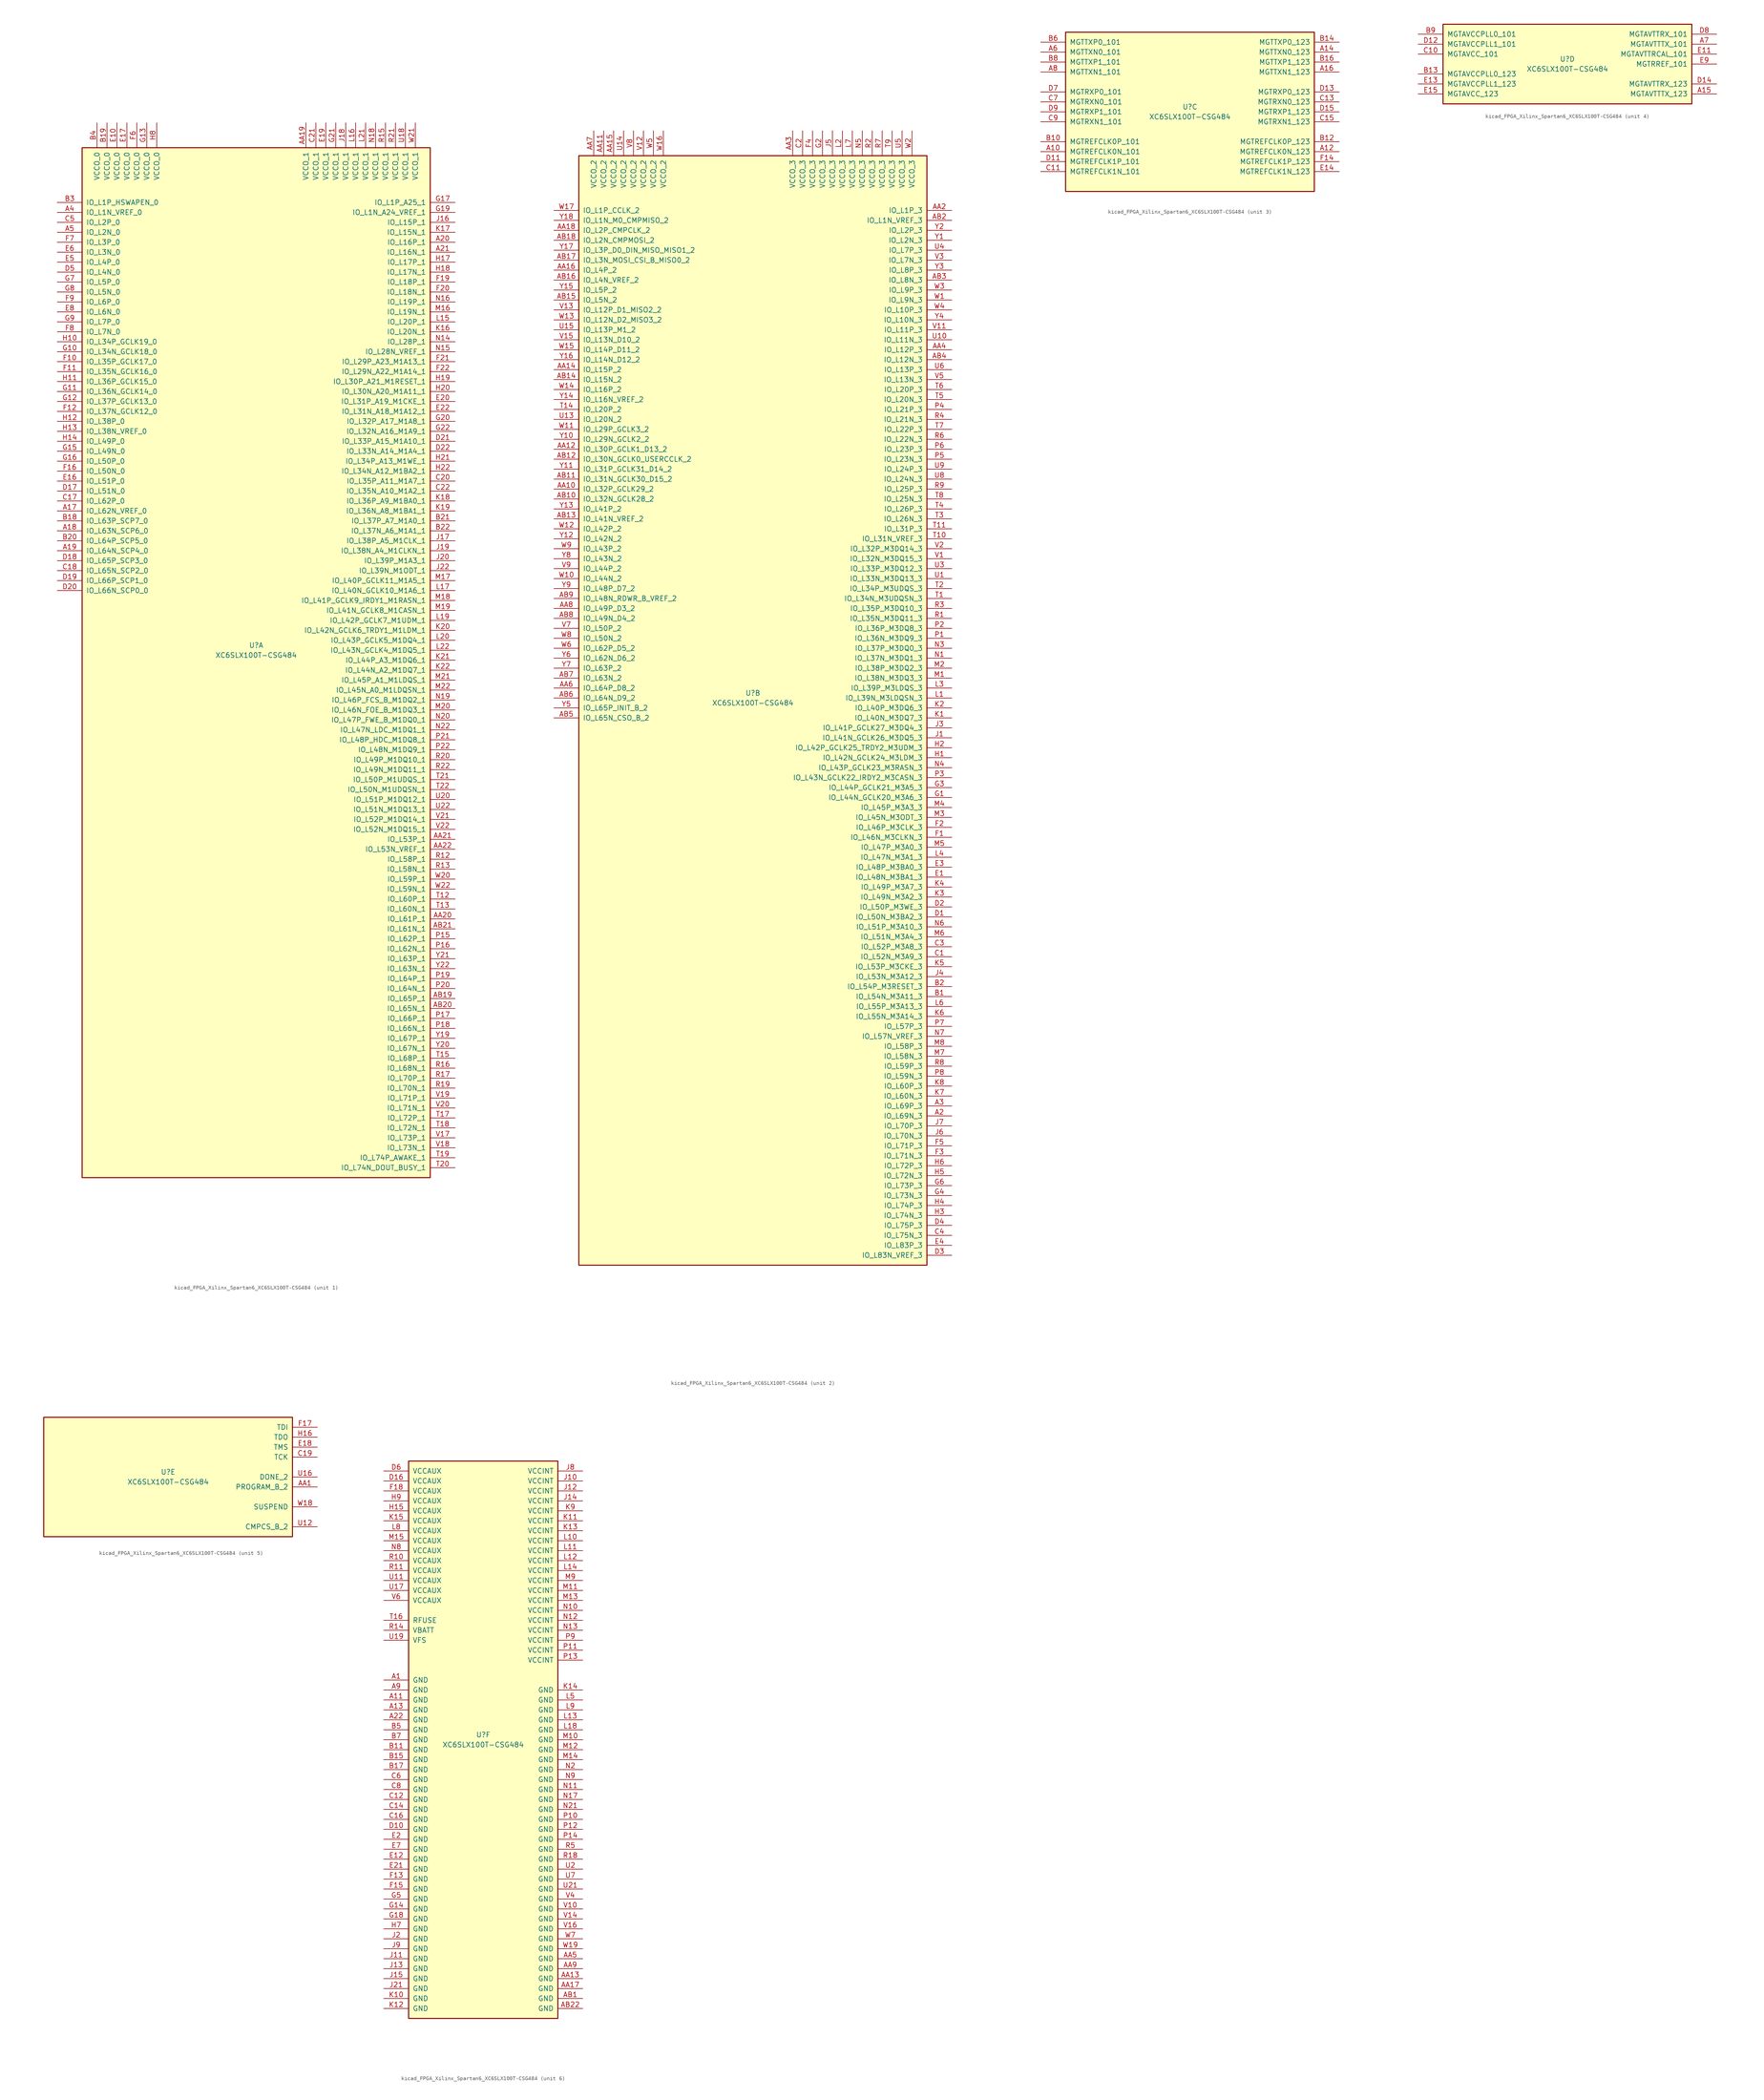
<source format=kicad_sym>
(kicad_symbol_lib
  (version 20220914)
  (generator kicad_symbol_editor)
  (symbol "kicad_FPGA_Xilinx_Spartan6_XC6SLX100T-CSG484"
    (pin_names
      (offset 1.016))
    (property "Reference" "U"
      (at 0 1.27 0)
      (effects (font (size 1.27 1.27))))
    (property "Value" "XC6SLX100T-CSG484"
      (at 0 -1.27 0)
      (effects (font (size 1.27 1.27))))
    (property "Datasheet" ""
      (at 0 0 0)
      (effects (font (size 1.27 1.27))))
    (property "ki_locked" ""
      (at 0 0 0)
      (effects (font (size 1.27 1.27))))
    (symbol "kicad_FPGA_Xilinx_Spartan6_XC6SLX100T-CSG484_1_1"
      (rectangle (start -44.45 128.27) (end 44.45 -134.62) (stroke (width 0.254) (type default)) (fill (type background)))
      (pin bidirectional line (at -50.8 35.56 0) (length 6.35) (name "IO_L62N_VREF_0" (effects (font (size 1.27 1.27)))) (number "A17" (effects (font (size 1.27 1.27)))))
      (pin bidirectional line (at -50.8 30.48 0) (length 6.35) (name "IO_L63N_SCP6_0" (effects (font (size 1.27 1.27)))) (number "A18" (effects (font (size 1.27 1.27)))))
      (pin bidirectional line (at -50.8 25.4 0) (length 6.35) (name "IO_L64N_SCP4_0" (effects (font (size 1.27 1.27)))) (number "A19" (effects (font (size 1.27 1.27)))))
      (pin bidirectional line (at 50.8 104.14 180) (length 6.35) (name "IO_L16P_1" (effects (font (size 1.27 1.27)))) (number "A20" (effects (font (size 1.27 1.27)))))
      (pin bidirectional line (at 50.8 101.6 180) (length 6.35) (name "IO_L16N_1" (effects (font (size 1.27 1.27)))) (number "A21" (effects (font (size 1.27 1.27)))))
      (pin bidirectional line (at -50.8 111.76 0) (length 6.35) (name "IO_L1N_VREF_0" (effects (font (size 1.27 1.27)))) (number "A4" (effects (font (size 1.27 1.27)))))
      (pin bidirectional line (at -50.8 106.68 0) (length 6.35) (name "IO_L2N_0" (effects (font (size 1.27 1.27)))) (number "A5" (effects (font (size 1.27 1.27)))))
      (pin power_in line (at 12.7 134.62 270) (length 6.35) (name "VCCO_1" (effects (font (size 1.27 1.27)))) (number "AA19" (effects (font (size 1.27 1.27)))))
      (pin bidirectional line (at 50.8 -68.58 180) (length 6.35) (name "IO_L61P_1" (effects (font (size 1.27 1.27)))) (number "AA20" (effects (font (size 1.27 1.27)))))
      (pin bidirectional line (at 50.8 -48.26 180) (length 6.35) (name "IO_L53P_1" (effects (font (size 1.27 1.27)))) (number "AA21" (effects (font (size 1.27 1.27)))))
      (pin bidirectional line (at 50.8 -50.8 180) (length 6.35) (name "IO_L53N_VREF_1" (effects (font (size 1.27 1.27)))) (number "AA22" (effects (font (size 1.27 1.27)))))
      (pin bidirectional line (at 50.8 -88.9 180) (length 6.35) (name "IO_L65P_1" (effects (font (size 1.27 1.27)))) (number "AB19" (effects (font (size 1.27 1.27)))))
      (pin bidirectional line (at 50.8 -91.44 180) (length 6.35) (name "IO_L65N_1" (effects (font (size 1.27 1.27)))) (number "AB20" (effects (font (size 1.27 1.27)))))
      (pin bidirectional line (at 50.8 -71.12 180) (length 6.35) (name "IO_L61N_1" (effects (font (size 1.27 1.27)))) (number "AB21" (effects (font (size 1.27 1.27)))))
      (pin bidirectional line (at -50.8 33.02 0) (length 6.35) (name "IO_L63P_SCP7_0" (effects (font (size 1.27 1.27)))) (number "B18" (effects (font (size 1.27 1.27)))))
      (pin power_in line (at -38.1 134.62 270) (length 6.35) (name "VCCO_0" (effects (font (size 1.27 1.27)))) (number "B19" (effects (font (size 1.27 1.27)))))
      (pin bidirectional line (at -50.8 27.94 0) (length 6.35) (name "IO_L64P_SCP5_0" (effects (font (size 1.27 1.27)))) (number "B20" (effects (font (size 1.27 1.27)))))
      (pin bidirectional line (at 50.8 33.02 180) (length 6.35) (name "IO_L37P_A7_M1A0_1" (effects (font (size 1.27 1.27)))) (number "B21" (effects (font (size 1.27 1.27)))))
      (pin bidirectional line (at 50.8 30.48 180) (length 6.35) (name "IO_L37N_A6_M1A1_1" (effects (font (size 1.27 1.27)))) (number "B22" (effects (font (size 1.27 1.27)))))
      (pin bidirectional line (at -50.8 114.3 0) (length 6.35) (name "IO_L1P_HSWAPEN_0" (effects (font (size 1.27 1.27)))) (number "B3" (effects (font (size 1.27 1.27)))))
      (pin power_in line (at -40.64 134.62 270) (length 6.35) (name "VCCO_0" (effects (font (size 1.27 1.27)))) (number "B4" (effects (font (size 1.27 1.27)))))
      (pin bidirectional line (at -50.8 38.1 0) (length 6.35) (name "IO_L62P_0" (effects (font (size 1.27 1.27)))) (number "C17" (effects (font (size 1.27 1.27)))))
      (pin bidirectional line (at -50.8 20.32 0) (length 6.35) (name "IO_L65N_SCP2_0" (effects (font (size 1.27 1.27)))) (number "C18" (effects (font (size 1.27 1.27)))))
      (pin bidirectional line (at 50.8 43.18 180) (length 6.35) (name "IO_L35P_A11_M1A7_1" (effects (font (size 1.27 1.27)))) (number "C20" (effects (font (size 1.27 1.27)))))
      (pin power_in line (at 15.24 134.62 270) (length 6.35) (name "VCCO_1" (effects (font (size 1.27 1.27)))) (number "C21" (effects (font (size 1.27 1.27)))))
      (pin bidirectional line (at 50.8 40.64 180) (length 6.35) (name "IO_L35N_A10_M1A2_1" (effects (font (size 1.27 1.27)))) (number "C22" (effects (font (size 1.27 1.27)))))
      (pin bidirectional line (at -50.8 109.22 0) (length 6.35) (name "IO_L2P_0" (effects (font (size 1.27 1.27)))) (number "C5" (effects (font (size 1.27 1.27)))))
      (pin bidirectional line (at -50.8 40.64 0) (length 6.35) (name "IO_L51N_0" (effects (font (size 1.27 1.27)))) (number "D17" (effects (font (size 1.27 1.27)))))
      (pin bidirectional line (at -50.8 22.86 0) (length 6.35) (name "IO_L65P_SCP3_0" (effects (font (size 1.27 1.27)))) (number "D18" (effects (font (size 1.27 1.27)))))
      (pin bidirectional line (at -50.8 17.78 0) (length 6.35) (name "IO_L66P_SCP1_0" (effects (font (size 1.27 1.27)))) (number "D19" (effects (font (size 1.27 1.27)))))
      (pin bidirectional line (at -50.8 15.24 0) (length 6.35) (name "IO_L66N_SCP0_0" (effects (font (size 1.27 1.27)))) (number "D20" (effects (font (size 1.27 1.27)))))
      (pin bidirectional line (at 50.8 53.34 180) (length 6.35) (name "IO_L33P_A15_M1A10_1" (effects (font (size 1.27 1.27)))) (number "D21" (effects (font (size 1.27 1.27)))))
      (pin bidirectional line (at 50.8 50.8 180) (length 6.35) (name "IO_L33N_A14_M1A4_1" (effects (font (size 1.27 1.27)))) (number "D22" (effects (font (size 1.27 1.27)))))
      (pin bidirectional line (at -50.8 96.52 0) (length 6.35) (name "IO_L4N_0" (effects (font (size 1.27 1.27)))) (number "D5" (effects (font (size 1.27 1.27)))))
      (pin power_in line (at -35.56 134.62 270) (length 6.35) (name "VCCO_0" (effects (font (size 1.27 1.27)))) (number "E10" (effects (font (size 1.27 1.27)))))
      (pin bidirectional line (at -50.8 43.18 0) (length 6.35) (name "IO_L51P_0" (effects (font (size 1.27 1.27)))) (number "E16" (effects (font (size 1.27 1.27)))))
      (pin power_in line (at -33.02 134.62 270) (length 6.35) (name "VCCO_0" (effects (font (size 1.27 1.27)))) (number "E17" (effects (font (size 1.27 1.27)))))
      (pin power_in line (at 17.78 134.62 270) (length 6.35) (name "VCCO_1" (effects (font (size 1.27 1.27)))) (number "E19" (effects (font (size 1.27 1.27)))))
      (pin bidirectional line (at 50.8 63.5 180) (length 6.35) (name "IO_L31P_A19_M1CKE_1" (effects (font (size 1.27 1.27)))) (number "E20" (effects (font (size 1.27 1.27)))))
      (pin bidirectional line (at 50.8 60.96 180) (length 6.35) (name "IO_L31N_A18_M1A12_1" (effects (font (size 1.27 1.27)))) (number "E22" (effects (font (size 1.27 1.27)))))
      (pin bidirectional line (at -50.8 99.06 0) (length 6.35) (name "IO_L4P_0" (effects (font (size 1.27 1.27)))) (number "E5" (effects (font (size 1.27 1.27)))))
      (pin bidirectional line (at -50.8 101.6 0) (length 6.35) (name "IO_L3N_0" (effects (font (size 1.27 1.27)))) (number "E6" (effects (font (size 1.27 1.27)))))
      (pin bidirectional line (at -50.8 86.36 0) (length 6.35) (name "IO_L6N_0" (effects (font (size 1.27 1.27)))) (number "E8" (effects (font (size 1.27 1.27)))))
      (pin bidirectional line (at -50.8 73.66 0) (length 6.35) (name "IO_L35P_GCLK17_0" (effects (font (size 1.27 1.27)))) (number "F10" (effects (font (size 1.27 1.27)))))
      (pin bidirectional line (at -50.8 71.12 0) (length 6.35) (name "IO_L35N_GCLK16_0" (effects (font (size 1.27 1.27)))) (number "F11" (effects (font (size 1.27 1.27)))))
      (pin bidirectional line (at -50.8 60.96 0) (length 6.35) (name "IO_L37N_GCLK12_0" (effects (font (size 1.27 1.27)))) (number "F12" (effects (font (size 1.27 1.27)))))
      (pin bidirectional line (at -50.8 45.72 0) (length 6.35) (name "IO_L50N_0" (effects (font (size 1.27 1.27)))) (number "F16" (effects (font (size 1.27 1.27)))))
      (pin bidirectional line (at 50.8 93.98 180) (length 6.35) (name "IO_L18P_1" (effects (font (size 1.27 1.27)))) (number "F19" (effects (font (size 1.27 1.27)))))
      (pin bidirectional line (at 50.8 91.44 180) (length 6.35) (name "IO_L18N_1" (effects (font (size 1.27 1.27)))) (number "F20" (effects (font (size 1.27 1.27)))))
      (pin bidirectional line (at 50.8 73.66 180) (length 6.35) (name "IO_L29P_A23_M1A13_1" (effects (font (size 1.27 1.27)))) (number "F21" (effects (font (size 1.27 1.27)))))
      (pin bidirectional line (at 50.8 71.12 180) (length 6.35) (name "IO_L29N_A22_M1A14_1" (effects (font (size 1.27 1.27)))) (number "F22" (effects (font (size 1.27 1.27)))))
      (pin power_in line (at -30.48 134.62 270) (length 6.35) (name "VCCO_0" (effects (font (size 1.27 1.27)))) (number "F6" (effects (font (size 1.27 1.27)))))
      (pin bidirectional line (at -50.8 104.14 0) (length 6.35) (name "IO_L3P_0" (effects (font (size 1.27 1.27)))) (number "F7" (effects (font (size 1.27 1.27)))))
      (pin bidirectional line (at -50.8 81.28 0) (length 6.35) (name "IO_L7N_0" (effects (font (size 1.27 1.27)))) (number "F8" (effects (font (size 1.27 1.27)))))
      (pin bidirectional line (at -50.8 88.9 0) (length 6.35) (name "IO_L6P_0" (effects (font (size 1.27 1.27)))) (number "F9" (effects (font (size 1.27 1.27)))))
      (pin bidirectional line (at -50.8 76.2 0) (length 6.35) (name "IO_L34N_GCLK18_0" (effects (font (size 1.27 1.27)))) (number "G10" (effects (font (size 1.27 1.27)))))
      (pin bidirectional line (at -50.8 66.04 0) (length 6.35) (name "IO_L36N_GCLK14_0" (effects (font (size 1.27 1.27)))) (number "G11" (effects (font (size 1.27 1.27)))))
      (pin bidirectional line (at -50.8 63.5 0) (length 6.35) (name "IO_L37P_GCLK13_0" (effects (font (size 1.27 1.27)))) (number "G12" (effects (font (size 1.27 1.27)))))
      (pin power_in line (at -27.94 134.62 270) (length 6.35) (name "VCCO_0" (effects (font (size 1.27 1.27)))) (number "G13" (effects (font (size 1.27 1.27)))))
      (pin bidirectional line (at -50.8 50.8 0) (length 6.35) (name "IO_L49N_0" (effects (font (size 1.27 1.27)))) (number "G15" (effects (font (size 1.27 1.27)))))
      (pin bidirectional line (at -50.8 48.26 0) (length 6.35) (name "IO_L50P_0" (effects (font (size 1.27 1.27)))) (number "G16" (effects (font (size 1.27 1.27)))))
      (pin bidirectional line (at 50.8 114.3 180) (length 6.35) (name "IO_L1P_A25_1" (effects (font (size 1.27 1.27)))) (number "G17" (effects (font (size 1.27 1.27)))))
      (pin bidirectional line (at 50.8 111.76 180) (length 6.35) (name "IO_L1N_A24_VREF_1" (effects (font (size 1.27 1.27)))) (number "G19" (effects (font (size 1.27 1.27)))))
      (pin bidirectional line (at 50.8 58.42 180) (length 6.35) (name "IO_L32P_A17_M1A8_1" (effects (font (size 1.27 1.27)))) (number "G20" (effects (font (size 1.27 1.27)))))
      (pin power_in line (at 20.32 134.62 270) (length 6.35) (name "VCCO_1" (effects (font (size 1.27 1.27)))) (number "G21" (effects (font (size 1.27 1.27)))))
      (pin bidirectional line (at 50.8 55.88 180) (length 6.35) (name "IO_L32N_A16_M1A9_1" (effects (font (size 1.27 1.27)))) (number "G22" (effects (font (size 1.27 1.27)))))
      (pin bidirectional line (at -50.8 93.98 0) (length 6.35) (name "IO_L5P_0" (effects (font (size 1.27 1.27)))) (number "G7" (effects (font (size 1.27 1.27)))))
      (pin bidirectional line (at -50.8 91.44 0) (length 6.35) (name "IO_L5N_0" (effects (font (size 1.27 1.27)))) (number "G8" (effects (font (size 1.27 1.27)))))
      (pin bidirectional line (at -50.8 83.82 0) (length 6.35) (name "IO_L7P_0" (effects (font (size 1.27 1.27)))) (number "G9" (effects (font (size 1.27 1.27)))))
      (pin bidirectional line (at -50.8 78.74 0) (length 6.35) (name "IO_L34P_GCLK19_0" (effects (font (size 1.27 1.27)))) (number "H10" (effects (font (size 1.27 1.27)))))
      (pin bidirectional line (at -50.8 68.58 0) (length 6.35) (name "IO_L36P_GCLK15_0" (effects (font (size 1.27 1.27)))) (number "H11" (effects (font (size 1.27 1.27)))))
      (pin bidirectional line (at -50.8 58.42 0) (length 6.35) (name "IO_L38P_0" (effects (font (size 1.27 1.27)))) (number "H12" (effects (font (size 1.27 1.27)))))
      (pin bidirectional line (at -50.8 55.88 0) (length 6.35) (name "IO_L38N_VREF_0" (effects (font (size 1.27 1.27)))) (number "H13" (effects (font (size 1.27 1.27)))))
      (pin bidirectional line (at -50.8 53.34 0) (length 6.35) (name "IO_L49P_0" (effects (font (size 1.27 1.27)))) (number "H14" (effects (font (size 1.27 1.27)))))
      (pin bidirectional line (at 50.8 99.06 180) (length 6.35) (name "IO_L17P_1" (effects (font (size 1.27 1.27)))) (number "H17" (effects (font (size 1.27 1.27)))))
      (pin bidirectional line (at 50.8 96.52 180) (length 6.35) (name "IO_L17N_1" (effects (font (size 1.27 1.27)))) (number "H18" (effects (font (size 1.27 1.27)))))
      (pin bidirectional line (at 50.8 68.58 180) (length 6.35) (name "IO_L30P_A21_M1RESET_1" (effects (font (size 1.27 1.27)))) (number "H19" (effects (font (size 1.27 1.27)))))
      (pin bidirectional line (at 50.8 66.04 180) (length 6.35) (name "IO_L30N_A20_M1A11_1" (effects (font (size 1.27 1.27)))) (number "H20" (effects (font (size 1.27 1.27)))))
      (pin bidirectional line (at 50.8 48.26 180) (length 6.35) (name "IO_L34P_A13_M1WE_1" (effects (font (size 1.27 1.27)))) (number "H21" (effects (font (size 1.27 1.27)))))
      (pin bidirectional line (at 50.8 45.72 180) (length 6.35) (name "IO_L34N_A12_M1BA2_1" (effects (font (size 1.27 1.27)))) (number "H22" (effects (font (size 1.27 1.27)))))
      (pin power_in line (at -25.4 134.62 270) (length 6.35) (name "VCCO_0" (effects (font (size 1.27 1.27)))) (number "H8" (effects (font (size 1.27 1.27)))))
      (pin bidirectional line (at 50.8 109.22 180) (length 6.35) (name "IO_L15P_1" (effects (font (size 1.27 1.27)))) (number "J16" (effects (font (size 1.27 1.27)))))
      (pin bidirectional line (at 50.8 27.94 180) (length 6.35) (name "IO_L38P_A5_M1CLK_1" (effects (font (size 1.27 1.27)))) (number "J17" (effects (font (size 1.27 1.27)))))
      (pin power_in line (at 22.86 134.62 270) (length 6.35) (name "VCCO_1" (effects (font (size 1.27 1.27)))) (number "J18" (effects (font (size 1.27 1.27)))))
      (pin bidirectional line (at 50.8 25.4 180) (length 6.35) (name "IO_L38N_A4_M1CLKN_1" (effects (font (size 1.27 1.27)))) (number "J19" (effects (font (size 1.27 1.27)))))
      (pin bidirectional line (at 50.8 22.86 180) (length 6.35) (name "IO_L39P_M1A3_1" (effects (font (size 1.27 1.27)))) (number "J20" (effects (font (size 1.27 1.27)))))
      (pin bidirectional line (at 50.8 20.32 180) (length 6.35) (name "IO_L39N_M1ODT_1" (effects (font (size 1.27 1.27)))) (number "J22" (effects (font (size 1.27 1.27)))))
      (pin bidirectional line (at 50.8 81.28 180) (length 6.35) (name "IO_L20N_1" (effects (font (size 1.27 1.27)))) (number "K16" (effects (font (size 1.27 1.27)))))
      (pin bidirectional line (at 50.8 106.68 180) (length 6.35) (name "IO_L15N_1" (effects (font (size 1.27 1.27)))) (number "K17" (effects (font (size 1.27 1.27)))))
      (pin bidirectional line (at 50.8 38.1 180) (length 6.35) (name "IO_L36P_A9_M1BA0_1" (effects (font (size 1.27 1.27)))) (number "K18" (effects (font (size 1.27 1.27)))))
      (pin bidirectional line (at 50.8 35.56 180) (length 6.35) (name "IO_L36N_A8_M1BA1_1" (effects (font (size 1.27 1.27)))) (number "K19" (effects (font (size 1.27 1.27)))))
      (pin bidirectional line (at 50.8 5.08 180) (length 6.35) (name "IO_L42N_GCLK6_TRDY1_M1LDM_1" (effects (font (size 1.27 1.27)))) (number "K20" (effects (font (size 1.27 1.27)))))
      (pin bidirectional line (at 50.8 -2.54 180) (length 6.35) (name "IO_L44P_A3_M1DQ6_1" (effects (font (size 1.27 1.27)))) (number "K21" (effects (font (size 1.27 1.27)))))
      (pin bidirectional line (at 50.8 -5.08 180) (length 6.35) (name "IO_L44N_A2_M1DQ7_1" (effects (font (size 1.27 1.27)))) (number "K22" (effects (font (size 1.27 1.27)))))
      (pin bidirectional line (at 50.8 83.82 180) (length 6.35) (name "IO_L20P_1" (effects (font (size 1.27 1.27)))) (number "L15" (effects (font (size 1.27 1.27)))))
      (pin power_in line (at 25.4 134.62 270) (length 6.35) (name "VCCO_1" (effects (font (size 1.27 1.27)))) (number "L16" (effects (font (size 1.27 1.27)))))
      (pin bidirectional line (at 50.8 15.24 180) (length 6.35) (name "IO_L40N_GCLK10_M1A6_1" (effects (font (size 1.27 1.27)))) (number "L17" (effects (font (size 1.27 1.27)))))
      (pin bidirectional line (at 50.8 7.62 180) (length 6.35) (name "IO_L42P_GCLK7_M1UDM_1" (effects (font (size 1.27 1.27)))) (number "L19" (effects (font (size 1.27 1.27)))))
      (pin bidirectional line (at 50.8 2.54 180) (length 6.35) (name "IO_L43P_GCLK5_M1DQ4_1" (effects (font (size 1.27 1.27)))) (number "L20" (effects (font (size 1.27 1.27)))))
      (pin power_in line (at 27.94 134.62 270) (length 6.35) (name "VCCO_1" (effects (font (size 1.27 1.27)))) (number "L21" (effects (font (size 1.27 1.27)))))
      (pin bidirectional line (at 50.8 0 180) (length 6.35) (name "IO_L43N_GCLK4_M1DQ5_1" (effects (font (size 1.27 1.27)))) (number "L22" (effects (font (size 1.27 1.27)))))
      (pin bidirectional line (at 50.8 86.36 180) (length 6.35) (name "IO_L19N_1" (effects (font (size 1.27 1.27)))) (number "M16" (effects (font (size 1.27 1.27)))))
      (pin bidirectional line (at 50.8 17.78 180) (length 6.35) (name "IO_L40P_GCLK11_M1A5_1" (effects (font (size 1.27 1.27)))) (number "M17" (effects (font (size 1.27 1.27)))))
      (pin bidirectional line (at 50.8 12.7 180) (length 6.35) (name "IO_L41P_GCLK9_IRDY1_M1RASN_1" (effects (font (size 1.27 1.27)))) (number "M18" (effects (font (size 1.27 1.27)))))
      (pin bidirectional line (at 50.8 10.16 180) (length 6.35) (name "IO_L41N_GCLK8_M1CASN_1" (effects (font (size 1.27 1.27)))) (number "M19" (effects (font (size 1.27 1.27)))))
      (pin bidirectional line (at 50.8 -15.24 180) (length 6.35) (name "IO_L46N_FOE_B_M1DQ3_1" (effects (font (size 1.27 1.27)))) (number "M20" (effects (font (size 1.27 1.27)))))
      (pin bidirectional line (at 50.8 -7.62 180) (length 6.35) (name "IO_L45P_A1_M1LDQS_1" (effects (font (size 1.27 1.27)))) (number "M21" (effects (font (size 1.27 1.27)))))
      (pin bidirectional line (at 50.8 -10.16 180) (length 6.35) (name "IO_L45N_A0_M1LDQSN_1" (effects (font (size 1.27 1.27)))) (number "M22" (effects (font (size 1.27 1.27)))))
      (pin bidirectional line (at 50.8 78.74 180) (length 6.35) (name "IO_L28P_1" (effects (font (size 1.27 1.27)))) (number "N14" (effects (font (size 1.27 1.27)))))
      (pin bidirectional line (at 50.8 76.2 180) (length 6.35) (name "IO_L28N_VREF_1" (effects (font (size 1.27 1.27)))) (number "N15" (effects (font (size 1.27 1.27)))))
      (pin bidirectional line (at 50.8 88.9 180) (length 6.35) (name "IO_L19P_1" (effects (font (size 1.27 1.27)))) (number "N16" (effects (font (size 1.27 1.27)))))
      (pin power_in line (at 30.48 134.62 270) (length 6.35) (name "VCCO_1" (effects (font (size 1.27 1.27)))) (number "N18" (effects (font (size 1.27 1.27)))))
      (pin bidirectional line (at 50.8 -12.7 180) (length 6.35) (name "IO_L46P_FCS_B_M1DQ2_1" (effects (font (size 1.27 1.27)))) (number "N19" (effects (font (size 1.27 1.27)))))
      (pin bidirectional line (at 50.8 -17.78 180) (length 6.35) (name "IO_L47P_FWE_B_M1DQ0_1" (effects (font (size 1.27 1.27)))) (number "N20" (effects (font (size 1.27 1.27)))))
      (pin bidirectional line (at 50.8 -20.32 180) (length 6.35) (name "IO_L47N_LDC_M1DQ1_1" (effects (font (size 1.27 1.27)))) (number "N22" (effects (font (size 1.27 1.27)))))
      (pin bidirectional line (at 50.8 -73.66 180) (length 6.35) (name "IO_L62P_1" (effects (font (size 1.27 1.27)))) (number "P15" (effects (font (size 1.27 1.27)))))
      (pin bidirectional line (at 50.8 -76.2 180) (length 6.35) (name "IO_L62N_1" (effects (font (size 1.27 1.27)))) (number "P16" (effects (font (size 1.27 1.27)))))
      (pin bidirectional line (at 50.8 -93.98 180) (length 6.35) (name "IO_L66P_1" (effects (font (size 1.27 1.27)))) (number "P17" (effects (font (size 1.27 1.27)))))
      (pin bidirectional line (at 50.8 -96.52 180) (length 6.35) (name "IO_L66N_1" (effects (font (size 1.27 1.27)))) (number "P18" (effects (font (size 1.27 1.27)))))
      (pin bidirectional line (at 50.8 -83.82 180) (length 6.35) (name "IO_L64P_1" (effects (font (size 1.27 1.27)))) (number "P19" (effects (font (size 1.27 1.27)))))
      (pin bidirectional line (at 50.8 -86.36 180) (length 6.35) (name "IO_L64N_1" (effects (font (size 1.27 1.27)))) (number "P20" (effects (font (size 1.27 1.27)))))
      (pin bidirectional line (at 50.8 -22.86 180) (length 6.35) (name "IO_L48P_HDC_M1DQ8_1" (effects (font (size 1.27 1.27)))) (number "P21" (effects (font (size 1.27 1.27)))))
      (pin bidirectional line (at 50.8 -25.4 180) (length 6.35) (name "IO_L48N_M1DQ9_1" (effects (font (size 1.27 1.27)))) (number "P22" (effects (font (size 1.27 1.27)))))
      (pin bidirectional line (at 50.8 -53.34 180) (length 6.35) (name "IO_L58P_1" (effects (font (size 1.27 1.27)))) (number "R12" (effects (font (size 1.27 1.27)))))
      (pin bidirectional line (at 50.8 -55.88 180) (length 6.35) (name "IO_L58N_1" (effects (font (size 1.27 1.27)))) (number "R13" (effects (font (size 1.27 1.27)))))
      (pin power_in line (at 33.02 134.62 270) (length 6.35) (name "VCCO_1" (effects (font (size 1.27 1.27)))) (number "R15" (effects (font (size 1.27 1.27)))))
      (pin bidirectional line (at 50.8 -106.68 180) (length 6.35) (name "IO_L68N_1" (effects (font (size 1.27 1.27)))) (number "R16" (effects (font (size 1.27 1.27)))))
      (pin bidirectional line (at 50.8 -109.22 180) (length 6.35) (name "IO_L70P_1" (effects (font (size 1.27 1.27)))) (number "R17" (effects (font (size 1.27 1.27)))))
      (pin bidirectional line (at 50.8 -111.76 180) (length 6.35) (name "IO_L70N_1" (effects (font (size 1.27 1.27)))) (number "R19" (effects (font (size 1.27 1.27)))))
      (pin bidirectional line (at 50.8 -27.94 180) (length 6.35) (name "IO_L49P_M1DQ10_1" (effects (font (size 1.27 1.27)))) (number "R20" (effects (font (size 1.27 1.27)))))
      (pin power_in line (at 35.56 134.62 270) (length 6.35) (name "VCCO_1" (effects (font (size 1.27 1.27)))) (number "R21" (effects (font (size 1.27 1.27)))))
      (pin bidirectional line (at 50.8 -30.48 180) (length 6.35) (name "IO_L49N_M1DQ11_1" (effects (font (size 1.27 1.27)))) (number "R22" (effects (font (size 1.27 1.27)))))
      (pin bidirectional line (at 50.8 -63.5 180) (length 6.35) (name "IO_L60P_1" (effects (font (size 1.27 1.27)))) (number "T12" (effects (font (size 1.27 1.27)))))
      (pin bidirectional line (at 50.8 -66.04 180) (length 6.35) (name "IO_L60N_1" (effects (font (size 1.27 1.27)))) (number "T13" (effects (font (size 1.27 1.27)))))
      (pin bidirectional line (at 50.8 -104.14 180) (length 6.35) (name "IO_L68P_1" (effects (font (size 1.27 1.27)))) (number "T15" (effects (font (size 1.27 1.27)))))
      (pin bidirectional line (at 50.8 -119.38 180) (length 6.35) (name "IO_L72P_1" (effects (font (size 1.27 1.27)))) (number "T17" (effects (font (size 1.27 1.27)))))
      (pin bidirectional line (at 50.8 -121.92 180) (length 6.35) (name "IO_L72N_1" (effects (font (size 1.27 1.27)))) (number "T18" (effects (font (size 1.27 1.27)))))
      (pin bidirectional line (at 50.8 -129.54 180) (length 6.35) (name "IO_L74P_AWAKE_1" (effects (font (size 1.27 1.27)))) (number "T19" (effects (font (size 1.27 1.27)))))
      (pin bidirectional line (at 50.8 -132.08 180) (length 6.35) (name "IO_L74N_DOUT_BUSY_1" (effects (font (size 1.27 1.27)))) (number "T20" (effects (font (size 1.27 1.27)))))
      (pin bidirectional line (at 50.8 -33.02 180) (length 6.35) (name "IO_L50P_M1UDQS_1" (effects (font (size 1.27 1.27)))) (number "T21" (effects (font (size 1.27 1.27)))))
      (pin bidirectional line (at 50.8 -35.56 180) (length 6.35) (name "IO_L50N_M1UDQSN_1" (effects (font (size 1.27 1.27)))) (number "T22" (effects (font (size 1.27 1.27)))))
      (pin power_in line (at 38.1 134.62 270) (length 6.35) (name "VCCO_1" (effects (font (size 1.27 1.27)))) (number "U18" (effects (font (size 1.27 1.27)))))
      (pin bidirectional line (at 50.8 -38.1 180) (length 6.35) (name "IO_L51P_M1DQ12_1" (effects (font (size 1.27 1.27)))) (number "U20" (effects (font (size 1.27 1.27)))))
      (pin bidirectional line (at 50.8 -40.64 180) (length 6.35) (name "IO_L51N_M1DQ13_1" (effects (font (size 1.27 1.27)))) (number "U22" (effects (font (size 1.27 1.27)))))
      (pin bidirectional line (at 50.8 -124.46 180) (length 6.35) (name "IO_L73P_1" (effects (font (size 1.27 1.27)))) (number "V17" (effects (font (size 1.27 1.27)))))
      (pin bidirectional line (at 50.8 -127 180) (length 6.35) (name "IO_L73N_1" (effects (font (size 1.27 1.27)))) (number "V18" (effects (font (size 1.27 1.27)))))
      (pin bidirectional line (at 50.8 -114.3 180) (length 6.35) (name "IO_L71P_1" (effects (font (size 1.27 1.27)))) (number "V19" (effects (font (size 1.27 1.27)))))
      (pin bidirectional line (at 50.8 -116.84 180) (length 6.35) (name "IO_L71N_1" (effects (font (size 1.27 1.27)))) (number "V20" (effects (font (size 1.27 1.27)))))
      (pin bidirectional line (at 50.8 -43.18 180) (length 6.35) (name "IO_L52P_M1DQ14_1" (effects (font (size 1.27 1.27)))) (number "V21" (effects (font (size 1.27 1.27)))))
      (pin bidirectional line (at 50.8 -45.72 180) (length 6.35) (name "IO_L52N_M1DQ15_1" (effects (font (size 1.27 1.27)))) (number "V22" (effects (font (size 1.27 1.27)))))
      (pin bidirectional line (at 50.8 -58.42 180) (length 6.35) (name "IO_L59P_1" (effects (font (size 1.27 1.27)))) (number "W20" (effects (font (size 1.27 1.27)))))
      (pin power_in line (at 40.64 134.62 270) (length 6.35) (name "VCCO_1" (effects (font (size 1.27 1.27)))) (number "W21" (effects (font (size 1.27 1.27)))))
      (pin bidirectional line (at 50.8 -60.96 180) (length 6.35) (name "IO_L59N_1" (effects (font (size 1.27 1.27)))) (number "W22" (effects (font (size 1.27 1.27)))))
      (pin bidirectional line (at 50.8 -99.06 180) (length 6.35) (name "IO_L67P_1" (effects (font (size 1.27 1.27)))) (number "Y19" (effects (font (size 1.27 1.27)))))
      (pin bidirectional line (at 50.8 -101.6 180) (length 6.35) (name "IO_L67N_1" (effects (font (size 1.27 1.27)))) (number "Y20" (effects (font (size 1.27 1.27)))))
      (pin bidirectional line (at 50.8 -78.74 180) (length 6.35) (name "IO_L63P_1" (effects (font (size 1.27 1.27)))) (number "Y21" (effects (font (size 1.27 1.27)))))
      (pin bidirectional line (at 50.8 -81.28 180) (length 6.35) (name "IO_L63N_1" (effects (font (size 1.27 1.27)))) (number "Y22" (effects (font (size 1.27 1.27))))))
    (symbol "kicad_FPGA_Xilinx_Spartan6_XC6SLX100T-CSG484_2_1"
      (rectangle (start -44.45 138.43) (end 44.45 -144.78) (stroke (width 0.254) (type default)) (fill (type background)))
      (pin bidirectional line (at 50.8 -106.68 180) (length 6.35) (name "IO_L69N_3" (effects (font (size 1.27 1.27)))) (number "A2" (effects (font (size 1.27 1.27)))))
      (pin bidirectional line (at 50.8 -104.14 180) (length 6.35) (name "IO_L69P_3" (effects (font (size 1.27 1.27)))) (number "A3" (effects (font (size 1.27 1.27)))))
      (pin bidirectional line (at -50.8 53.34 0) (length 6.35) (name "IO_L32P_GCLK29_2" (effects (font (size 1.27 1.27)))) (number "AA10" (effects (font (size 1.27 1.27)))))
      (pin power_in line (at -38.1 144.78 270) (length 6.35) (name "VCCO_2" (effects (font (size 1.27 1.27)))) (number "AA11" (effects (font (size 1.27 1.27)))))
      (pin bidirectional line (at -50.8 63.5 0) (length 6.35) (name "IO_L30P_GCLK1_D13_2" (effects (font (size 1.27 1.27)))) (number "AA12" (effects (font (size 1.27 1.27)))))
      (pin bidirectional line (at -50.8 83.82 0) (length 6.35) (name "IO_L15P_2" (effects (font (size 1.27 1.27)))) (number "AA14" (effects (font (size 1.27 1.27)))))
      (pin power_in line (at -35.56 144.78 270) (length 6.35) (name "VCCO_2" (effects (font (size 1.27 1.27)))) (number "AA15" (effects (font (size 1.27 1.27)))))
      (pin bidirectional line (at -50.8 109.22 0) (length 6.35) (name "IO_L4P_2" (effects (font (size 1.27 1.27)))) (number "AA16" (effects (font (size 1.27 1.27)))))
      (pin bidirectional line (at -50.8 119.38 0) (length 6.35) (name "IO_L2P_CMPCLK_2" (effects (font (size 1.27 1.27)))) (number "AA18" (effects (font (size 1.27 1.27)))))
      (pin bidirectional line (at 50.8 124.46 180) (length 6.35) (name "IO_L1P_3" (effects (font (size 1.27 1.27)))) (number "AA2" (effects (font (size 1.27 1.27)))))
      (pin power_in line (at 10.16 144.78 270) (length 6.35) (name "VCCO_3" (effects (font (size 1.27 1.27)))) (number "AA3" (effects (font (size 1.27 1.27)))))
      (pin bidirectional line (at 50.8 88.9 180) (length 6.35) (name "IO_L12P_3" (effects (font (size 1.27 1.27)))) (number "AA4" (effects (font (size 1.27 1.27)))))
      (pin bidirectional line (at -50.8 2.54 0) (length 6.35) (name "IO_L64P_D8_2" (effects (font (size 1.27 1.27)))) (number "AA6" (effects (font (size 1.27 1.27)))))
      (pin power_in line (at -40.64 144.78 270) (length 6.35) (name "VCCO_2" (effects (font (size 1.27 1.27)))) (number "AA7" (effects (font (size 1.27 1.27)))))
      (pin bidirectional line (at -50.8 22.86 0) (length 6.35) (name "IO_L49P_D3_2" (effects (font (size 1.27 1.27)))) (number "AA8" (effects (font (size 1.27 1.27)))))
      (pin bidirectional line (at -50.8 50.8 0) (length 6.35) (name "IO_L32N_GCLK28_2" (effects (font (size 1.27 1.27)))) (number "AB10" (effects (font (size 1.27 1.27)))))
      (pin bidirectional line (at -50.8 55.88 0) (length 6.35) (name "IO_L31N_GCLK30_D15_2" (effects (font (size 1.27 1.27)))) (number "AB11" (effects (font (size 1.27 1.27)))))
      (pin bidirectional line (at -50.8 60.96 0) (length 6.35) (name "IO_L30N_GCLK0_USERCCLK_2" (effects (font (size 1.27 1.27)))) (number "AB12" (effects (font (size 1.27 1.27)))))
      (pin bidirectional line (at -50.8 45.72 0) (length 6.35) (name "IO_L41N_VREF_2" (effects (font (size 1.27 1.27)))) (number "AB13" (effects (font (size 1.27 1.27)))))
      (pin bidirectional line (at -50.8 81.28 0) (length 6.35) (name "IO_L15N_2" (effects (font (size 1.27 1.27)))) (number "AB14" (effects (font (size 1.27 1.27)))))
      (pin bidirectional line (at -50.8 101.6 0) (length 6.35) (name "IO_L5N_2" (effects (font (size 1.27 1.27)))) (number "AB15" (effects (font (size 1.27 1.27)))))
      (pin bidirectional line (at -50.8 106.68 0) (length 6.35) (name "IO_L4N_VREF_2" (effects (font (size 1.27 1.27)))) (number "AB16" (effects (font (size 1.27 1.27)))))
      (pin bidirectional line (at -50.8 111.76 0) (length 6.35) (name "IO_L3N_MOSI_CSI_B_MISO0_2" (effects (font (size 1.27 1.27)))) (number "AB17" (effects (font (size 1.27 1.27)))))
      (pin bidirectional line (at -50.8 116.84 0) (length 6.35) (name "IO_L2N_CMPMOSI_2" (effects (font (size 1.27 1.27)))) (number "AB18" (effects (font (size 1.27 1.27)))))
      (pin bidirectional line (at 50.8 121.92 180) (length 6.35) (name "IO_L1N_VREF_3" (effects (font (size 1.27 1.27)))) (number "AB2" (effects (font (size 1.27 1.27)))))
      (pin bidirectional line (at 50.8 106.68 180) (length 6.35) (name "IO_L8N_3" (effects (font (size 1.27 1.27)))) (number "AB3" (effects (font (size 1.27 1.27)))))
      (pin bidirectional line (at 50.8 86.36 180) (length 6.35) (name "IO_L12N_3" (effects (font (size 1.27 1.27)))) (number "AB4" (effects (font (size 1.27 1.27)))))
      (pin bidirectional line (at -50.8 -5.08 0) (length 6.35) (name "IO_L65N_CSO_B_2" (effects (font (size 1.27 1.27)))) (number "AB5" (effects (font (size 1.27 1.27)))))
      (pin bidirectional line (at -50.8 0 0) (length 6.35) (name "IO_L64N_D9_2" (effects (font (size 1.27 1.27)))) (number "AB6" (effects (font (size 1.27 1.27)))))
      (pin bidirectional line (at -50.8 5.08 0) (length 6.35) (name "IO_L63N_2" (effects (font (size 1.27 1.27)))) (number "AB7" (effects (font (size 1.27 1.27)))))
      (pin bidirectional line (at -50.8 20.32 0) (length 6.35) (name "IO_L49N_D4_2" (effects (font (size 1.27 1.27)))) (number "AB8" (effects (font (size 1.27 1.27)))))
      (pin bidirectional line (at -50.8 25.4 0) (length 6.35) (name "IO_L48N_RDWR_B_VREF_2" (effects (font (size 1.27 1.27)))) (number "AB9" (effects (font (size 1.27 1.27)))))
      (pin bidirectional line (at 50.8 -76.2 180) (length 6.35) (name "IO_L54N_M3A11_3" (effects (font (size 1.27 1.27)))) (number "B1" (effects (font (size 1.27 1.27)))))
      (pin bidirectional line (at 50.8 -73.66 180) (length 6.35) (name "IO_L54P_M3RESET_3" (effects (font (size 1.27 1.27)))) (number "B2" (effects (font (size 1.27 1.27)))))
      (pin bidirectional line (at 50.8 -66.04 180) (length 6.35) (name "IO_L52N_M3A9_3" (effects (font (size 1.27 1.27)))) (number "C1" (effects (font (size 1.27 1.27)))))
      (pin power_in line (at 12.7 144.78 270) (length 6.35) (name "VCCO_3" (effects (font (size 1.27 1.27)))) (number "C2" (effects (font (size 1.27 1.27)))))
      (pin bidirectional line (at 50.8 -63.5 180) (length 6.35) (name "IO_L52P_M3A8_3" (effects (font (size 1.27 1.27)))) (number "C3" (effects (font (size 1.27 1.27)))))
      (pin bidirectional line (at 50.8 -137.16 180) (length 6.35) (name "IO_L75N_3" (effects (font (size 1.27 1.27)))) (number "C4" (effects (font (size 1.27 1.27)))))
      (pin bidirectional line (at 50.8 -55.88 180) (length 6.35) (name "IO_L50N_M3BA2_3" (effects (font (size 1.27 1.27)))) (number "D1" (effects (font (size 1.27 1.27)))))
      (pin bidirectional line (at 50.8 -53.34 180) (length 6.35) (name "IO_L50P_M3WE_3" (effects (font (size 1.27 1.27)))) (number "D2" (effects (font (size 1.27 1.27)))))
      (pin bidirectional line (at 50.8 -142.24 180) (length 6.35) (name "IO_L83N_VREF_3" (effects (font (size 1.27 1.27)))) (number "D3" (effects (font (size 1.27 1.27)))))
      (pin bidirectional line (at 50.8 -134.62 180) (length 6.35) (name "IO_L75P_3" (effects (font (size 1.27 1.27)))) (number "D4" (effects (font (size 1.27 1.27)))))
      (pin bidirectional line (at 50.8 -45.72 180) (length 6.35) (name "IO_L48N_M3BA1_3" (effects (font (size 1.27 1.27)))) (number "E1" (effects (font (size 1.27 1.27)))))
      (pin bidirectional line (at 50.8 -43.18 180) (length 6.35) (name "IO_L48P_M3BA0_3" (effects (font (size 1.27 1.27)))) (number "E3" (effects (font (size 1.27 1.27)))))
      (pin bidirectional line (at 50.8 -139.7 180) (length 6.35) (name "IO_L83P_3" (effects (font (size 1.27 1.27)))) (number "E4" (effects (font (size 1.27 1.27)))))
      (pin bidirectional line (at 50.8 -35.56 180) (length 6.35) (name "IO_L46N_M3CLKN_3" (effects (font (size 1.27 1.27)))) (number "F1" (effects (font (size 1.27 1.27)))))
      (pin bidirectional line (at 50.8 -33.02 180) (length 6.35) (name "IO_L46P_M3CLK_3" (effects (font (size 1.27 1.27)))) (number "F2" (effects (font (size 1.27 1.27)))))
      (pin bidirectional line (at 50.8 -116.84 180) (length 6.35) (name "IO_L71N_3" (effects (font (size 1.27 1.27)))) (number "F3" (effects (font (size 1.27 1.27)))))
      (pin power_in line (at 15.24 144.78 270) (length 6.35) (name "VCCO_3" (effects (font (size 1.27 1.27)))) (number "F4" (effects (font (size 1.27 1.27)))))
      (pin bidirectional line (at 50.8 -114.3 180) (length 6.35) (name "IO_L71P_3" (effects (font (size 1.27 1.27)))) (number "F5" (effects (font (size 1.27 1.27)))))
      (pin bidirectional line (at 50.8 -25.4 180) (length 6.35) (name "IO_L44N_GCLK20_M3A6_3" (effects (font (size 1.27 1.27)))) (number "G1" (effects (font (size 1.27 1.27)))))
      (pin power_in line (at 17.78 144.78 270) (length 6.35) (name "VCCO_3" (effects (font (size 1.27 1.27)))) (number "G2" (effects (font (size 1.27 1.27)))))
      (pin bidirectional line (at 50.8 -22.86 180) (length 6.35) (name "IO_L44P_GCLK21_M3A5_3" (effects (font (size 1.27 1.27)))) (number "G3" (effects (font (size 1.27 1.27)))))
      (pin bidirectional line (at 50.8 -127 180) (length 6.35) (name "IO_L73N_3" (effects (font (size 1.27 1.27)))) (number "G4" (effects (font (size 1.27 1.27)))))
      (pin bidirectional line (at 50.8 -124.46 180) (length 6.35) (name "IO_L73P_3" (effects (font (size 1.27 1.27)))) (number "G6" (effects (font (size 1.27 1.27)))))
      (pin bidirectional line (at 50.8 -15.24 180) (length 6.35) (name "IO_L42N_GCLK24_M3LDM_3" (effects (font (size 1.27 1.27)))) (number "H1" (effects (font (size 1.27 1.27)))))
      (pin bidirectional line (at 50.8 -12.7 180) (length 6.35) (name "IO_L42P_GCLK25_TRDY2_M3UDM_3" (effects (font (size 1.27 1.27)))) (number "H2" (effects (font (size 1.27 1.27)))))
      (pin bidirectional line (at 50.8 -132.08 180) (length 6.35) (name "IO_L74N_3" (effects (font (size 1.27 1.27)))) (number "H3" (effects (font (size 1.27 1.27)))))
      (pin bidirectional line (at 50.8 -129.54 180) (length 6.35) (name "IO_L74P_3" (effects (font (size 1.27 1.27)))) (number "H4" (effects (font (size 1.27 1.27)))))
      (pin bidirectional line (at 50.8 -121.92 180) (length 6.35) (name "IO_L72N_3" (effects (font (size 1.27 1.27)))) (number "H5" (effects (font (size 1.27 1.27)))))
      (pin bidirectional line (at 50.8 -119.38 180) (length 6.35) (name "IO_L72P_3" (effects (font (size 1.27 1.27)))) (number "H6" (effects (font (size 1.27 1.27)))))
      (pin bidirectional line (at 50.8 -10.16 180) (length 6.35) (name "IO_L41N_GCLK26_M3DQ5_3" (effects (font (size 1.27 1.27)))) (number "J1" (effects (font (size 1.27 1.27)))))
      (pin bidirectional line (at 50.8 -7.62 180) (length 6.35) (name "IO_L41P_GCLK27_M3DQ4_3" (effects (font (size 1.27 1.27)))) (number "J3" (effects (font (size 1.27 1.27)))))
      (pin bidirectional line (at 50.8 -71.12 180) (length 6.35) (name "IO_L53N_M3A12_3" (effects (font (size 1.27 1.27)))) (number "J4" (effects (font (size 1.27 1.27)))))
      (pin power_in line (at 20.32 144.78 270) (length 6.35) (name "VCCO_3" (effects (font (size 1.27 1.27)))) (number "J5" (effects (font (size 1.27 1.27)))))
      (pin bidirectional line (at 50.8 -111.76 180) (length 6.35) (name "IO_L70N_3" (effects (font (size 1.27 1.27)))) (number "J6" (effects (font (size 1.27 1.27)))))
      (pin bidirectional line (at 50.8 -109.22 180) (length 6.35) (name "IO_L70P_3" (effects (font (size 1.27 1.27)))) (number "J7" (effects (font (size 1.27 1.27)))))
      (pin bidirectional line (at 50.8 -5.08 180) (length 6.35) (name "IO_L40N_M3DQ7_3" (effects (font (size 1.27 1.27)))) (number "K1" (effects (font (size 1.27 1.27)))))
      (pin bidirectional line (at 50.8 -2.54 180) (length 6.35) (name "IO_L40P_M3DQ6_3" (effects (font (size 1.27 1.27)))) (number "K2" (effects (font (size 1.27 1.27)))))
      (pin bidirectional line (at 50.8 -50.8 180) (length 6.35) (name "IO_L49N_M3A2_3" (effects (font (size 1.27 1.27)))) (number "K3" (effects (font (size 1.27 1.27)))))
      (pin bidirectional line (at 50.8 -48.26 180) (length 6.35) (name "IO_L49P_M3A7_3" (effects (font (size 1.27 1.27)))) (number "K4" (effects (font (size 1.27 1.27)))))
      (pin bidirectional line (at 50.8 -68.58 180) (length 6.35) (name "IO_L53P_M3CKE_3" (effects (font (size 1.27 1.27)))) (number "K5" (effects (font (size 1.27 1.27)))))
      (pin bidirectional line (at 50.8 -81.28 180) (length 6.35) (name "IO_L55N_M3A14_3" (effects (font (size 1.27 1.27)))) (number "K6" (effects (font (size 1.27 1.27)))))
      (pin bidirectional line (at 50.8 -101.6 180) (length 6.35) (name "IO_L60N_3" (effects (font (size 1.27 1.27)))) (number "K7" (effects (font (size 1.27 1.27)))))
      (pin bidirectional line (at 50.8 -99.06 180) (length 6.35) (name "IO_L60P_3" (effects (font (size 1.27 1.27)))) (number "K8" (effects (font (size 1.27 1.27)))))
      (pin bidirectional line (at 50.8 0 180) (length 6.35) (name "IO_L39N_M3LDQSN_3" (effects (font (size 1.27 1.27)))) (number "L1" (effects (font (size 1.27 1.27)))))
      (pin power_in line (at 22.86 144.78 270) (length 6.35) (name "VCCO_3" (effects (font (size 1.27 1.27)))) (number "L2" (effects (font (size 1.27 1.27)))))
      (pin bidirectional line (at 50.8 2.54 180) (length 6.35) (name "IO_L39P_M3LDQS_3" (effects (font (size 1.27 1.27)))) (number "L3" (effects (font (size 1.27 1.27)))))
      (pin bidirectional line (at 50.8 -40.64 180) (length 6.35) (name "IO_L47N_M3A1_3" (effects (font (size 1.27 1.27)))) (number "L4" (effects (font (size 1.27 1.27)))))
      (pin bidirectional line (at 50.8 -78.74 180) (length 6.35) (name "IO_L55P_M3A13_3" (effects (font (size 1.27 1.27)))) (number "L6" (effects (font (size 1.27 1.27)))))
      (pin power_in line (at 25.4 144.78 270) (length 6.35) (name "VCCO_3" (effects (font (size 1.27 1.27)))) (number "L7" (effects (font (size 1.27 1.27)))))
      (pin bidirectional line (at 50.8 5.08 180) (length 6.35) (name "IO_L38N_M3DQ3_3" (effects (font (size 1.27 1.27)))) (number "M1" (effects (font (size 1.27 1.27)))))
      (pin bidirectional line (at 50.8 7.62 180) (length 6.35) (name "IO_L38P_M3DQ2_3" (effects (font (size 1.27 1.27)))) (number "M2" (effects (font (size 1.27 1.27)))))
      (pin bidirectional line (at 50.8 -30.48 180) (length 6.35) (name "IO_L45N_M3ODT_3" (effects (font (size 1.27 1.27)))) (number "M3" (effects (font (size 1.27 1.27)))))
      (pin bidirectional line (at 50.8 -27.94 180) (length 6.35) (name "IO_L45P_M3A3_3" (effects (font (size 1.27 1.27)))) (number "M4" (effects (font (size 1.27 1.27)))))
      (pin bidirectional line (at 50.8 -38.1 180) (length 6.35) (name "IO_L47P_M3A0_3" (effects (font (size 1.27 1.27)))) (number "M5" (effects (font (size 1.27 1.27)))))
      (pin bidirectional line (at 50.8 -60.96 180) (length 6.35) (name "IO_L51N_M3A4_3" (effects (font (size 1.27 1.27)))) (number "M6" (effects (font (size 1.27 1.27)))))
      (pin bidirectional line (at 50.8 -91.44 180) (length 6.35) (name "IO_L58N_3" (effects (font (size 1.27 1.27)))) (number "M7" (effects (font (size 1.27 1.27)))))
      (pin bidirectional line (at 50.8 -88.9 180) (length 6.35) (name "IO_L58P_3" (effects (font (size 1.27 1.27)))) (number "M8" (effects (font (size 1.27 1.27)))))
      (pin bidirectional line (at 50.8 10.16 180) (length 6.35) (name "IO_L37N_M3DQ1_3" (effects (font (size 1.27 1.27)))) (number "N1" (effects (font (size 1.27 1.27)))))
      (pin bidirectional line (at 50.8 12.7 180) (length 6.35) (name "IO_L37P_M3DQ0_3" (effects (font (size 1.27 1.27)))) (number "N3" (effects (font (size 1.27 1.27)))))
      (pin bidirectional line (at 50.8 -17.78 180) (length 6.35) (name "IO_L43P_GCLK23_M3RASN_3" (effects (font (size 1.27 1.27)))) (number "N4" (effects (font (size 1.27 1.27)))))
      (pin power_in line (at 27.94 144.78 270) (length 6.35) (name "VCCO_3" (effects (font (size 1.27 1.27)))) (number "N5" (effects (font (size 1.27 1.27)))))
      (pin bidirectional line (at 50.8 -58.42 180) (length 6.35) (name "IO_L51P_M3A10_3" (effects (font (size 1.27 1.27)))) (number "N6" (effects (font (size 1.27 1.27)))))
      (pin bidirectional line (at 50.8 -86.36 180) (length 6.35) (name "IO_L57N_VREF_3" (effects (font (size 1.27 1.27)))) (number "N7" (effects (font (size 1.27 1.27)))))
      (pin bidirectional line (at 50.8 15.24 180) (length 6.35) (name "IO_L36N_M3DQ9_3" (effects (font (size 1.27 1.27)))) (number "P1" (effects (font (size 1.27 1.27)))))
      (pin bidirectional line (at 50.8 17.78 180) (length 6.35) (name "IO_L36P_M3DQ8_3" (effects (font (size 1.27 1.27)))) (number "P2" (effects (font (size 1.27 1.27)))))
      (pin bidirectional line (at 50.8 -20.32 180) (length 6.35) (name "IO_L43N_GCLK22_IRDY2_M3CASN_3" (effects (font (size 1.27 1.27)))) (number "P3" (effects (font (size 1.27 1.27)))))
      (pin bidirectional line (at 50.8 73.66 180) (length 6.35) (name "IO_L21P_3" (effects (font (size 1.27 1.27)))) (number "P4" (effects (font (size 1.27 1.27)))))
      (pin bidirectional line (at 50.8 60.96 180) (length 6.35) (name "IO_L23N_3" (effects (font (size 1.27 1.27)))) (number "P5" (effects (font (size 1.27 1.27)))))
      (pin bidirectional line (at 50.8 63.5 180) (length 6.35) (name "IO_L23P_3" (effects (font (size 1.27 1.27)))) (number "P6" (effects (font (size 1.27 1.27)))))
      (pin bidirectional line (at 50.8 -83.82 180) (length 6.35) (name "IO_L57P_3" (effects (font (size 1.27 1.27)))) (number "P7" (effects (font (size 1.27 1.27)))))
      (pin bidirectional line (at 50.8 -96.52 180) (length 6.35) (name "IO_L59N_3" (effects (font (size 1.27 1.27)))) (number "P8" (effects (font (size 1.27 1.27)))))
      (pin bidirectional line (at 50.8 20.32 180) (length 6.35) (name "IO_L35N_M3DQ11_3" (effects (font (size 1.27 1.27)))) (number "R1" (effects (font (size 1.27 1.27)))))
      (pin power_in line (at 30.48 144.78 270) (length 6.35) (name "VCCO_3" (effects (font (size 1.27 1.27)))) (number "R2" (effects (font (size 1.27 1.27)))))
      (pin bidirectional line (at 50.8 22.86 180) (length 6.35) (name "IO_L35P_M3DQ10_3" (effects (font (size 1.27 1.27)))) (number "R3" (effects (font (size 1.27 1.27)))))
      (pin bidirectional line (at 50.8 71.12 180) (length 6.35) (name "IO_L21N_3" (effects (font (size 1.27 1.27)))) (number "R4" (effects (font (size 1.27 1.27)))))
      (pin bidirectional line (at 50.8 66.04 180) (length 6.35) (name "IO_L22N_3" (effects (font (size 1.27 1.27)))) (number "R6" (effects (font (size 1.27 1.27)))))
      (pin power_in line (at 33.02 144.78 270) (length 6.35) (name "VCCO_3" (effects (font (size 1.27 1.27)))) (number "R7" (effects (font (size 1.27 1.27)))))
      (pin bidirectional line (at 50.8 -93.98 180) (length 6.35) (name "IO_L59P_3" (effects (font (size 1.27 1.27)))) (number "R8" (effects (font (size 1.27 1.27)))))
      (pin bidirectional line (at 50.8 53.34 180) (length 6.35) (name "IO_L25P_3" (effects (font (size 1.27 1.27)))) (number "R9" (effects (font (size 1.27 1.27)))))
      (pin bidirectional line (at 50.8 25.4 180) (length 6.35) (name "IO_L34N_M3UDQSN_3" (effects (font (size 1.27 1.27)))) (number "T1" (effects (font (size 1.27 1.27)))))
      (pin bidirectional line (at 50.8 40.64 180) (length 6.35) (name "IO_L31N_VREF_3" (effects (font (size 1.27 1.27)))) (number "T10" (effects (font (size 1.27 1.27)))))
      (pin bidirectional line (at 50.8 43.18 180) (length 6.35) (name "IO_L31P_3" (effects (font (size 1.27 1.27)))) (number "T11" (effects (font (size 1.27 1.27)))))
      (pin bidirectional line (at -50.8 73.66 0) (length 6.35) (name "IO_L20P_2" (effects (font (size 1.27 1.27)))) (number "T14" (effects (font (size 1.27 1.27)))))
      (pin bidirectional line (at 50.8 27.94 180) (length 6.35) (name "IO_L34P_M3UDQS_3" (effects (font (size 1.27 1.27)))) (number "T2" (effects (font (size 1.27 1.27)))))
      (pin bidirectional line (at 50.8 45.72 180) (length 6.35) (name "IO_L26N_3" (effects (font (size 1.27 1.27)))) (number "T3" (effects (font (size 1.27 1.27)))))
      (pin bidirectional line (at 50.8 48.26 180) (length 6.35) (name "IO_L26P_3" (effects (font (size 1.27 1.27)))) (number "T4" (effects (font (size 1.27 1.27)))))
      (pin bidirectional line (at 50.8 76.2 180) (length 6.35) (name "IO_L20N_3" (effects (font (size 1.27 1.27)))) (number "T5" (effects (font (size 1.27 1.27)))))
      (pin bidirectional line (at 50.8 78.74 180) (length 6.35) (name "IO_L20P_3" (effects (font (size 1.27 1.27)))) (number "T6" (effects (font (size 1.27 1.27)))))
      (pin bidirectional line (at 50.8 68.58 180) (length 6.35) (name "IO_L22P_3" (effects (font (size 1.27 1.27)))) (number "T7" (effects (font (size 1.27 1.27)))))
      (pin bidirectional line (at 50.8 50.8 180) (length 6.35) (name "IO_L25N_3" (effects (font (size 1.27 1.27)))) (number "T8" (effects (font (size 1.27 1.27)))))
      (pin power_in line (at 35.56 144.78 270) (length 6.35) (name "VCCO_3" (effects (font (size 1.27 1.27)))) (number "T9" (effects (font (size 1.27 1.27)))))
      (pin bidirectional line (at 50.8 30.48 180) (length 6.35) (name "IO_L33N_M3DQ13_3" (effects (font (size 1.27 1.27)))) (number "U1" (effects (font (size 1.27 1.27)))))
      (pin bidirectional line (at 50.8 91.44 180) (length 6.35) (name "IO_L11N_3" (effects (font (size 1.27 1.27)))) (number "U10" (effects (font (size 1.27 1.27)))))
      (pin bidirectional line (at -50.8 71.12 0) (length 6.35) (name "IO_L20N_2" (effects (font (size 1.27 1.27)))) (number "U13" (effects (font (size 1.27 1.27)))))
      (pin power_in line (at -33.02 144.78 270) (length 6.35) (name "VCCO_2" (effects (font (size 1.27 1.27)))) (number "U14" (effects (font (size 1.27 1.27)))))
      (pin bidirectional line (at -50.8 93.98 0) (length 6.35) (name "IO_L13P_M1_2" (effects (font (size 1.27 1.27)))) (number "U15" (effects (font (size 1.27 1.27)))))
      (pin bidirectional line (at 50.8 33.02 180) (length 6.35) (name "IO_L33P_M3DQ12_3" (effects (font (size 1.27 1.27)))) (number "U3" (effects (font (size 1.27 1.27)))))
      (pin bidirectional line (at 50.8 114.3 180) (length 6.35) (name "IO_L7P_3" (effects (font (size 1.27 1.27)))) (number "U4" (effects (font (size 1.27 1.27)))))
      (pin power_in line (at 38.1 144.78 270) (length 6.35) (name "VCCO_3" (effects (font (size 1.27 1.27)))) (number "U5" (effects (font (size 1.27 1.27)))))
      (pin bidirectional line (at 50.8 83.82 180) (length 6.35) (name "IO_L13P_3" (effects (font (size 1.27 1.27)))) (number "U6" (effects (font (size 1.27 1.27)))))
      (pin bidirectional line (at 50.8 55.88 180) (length 6.35) (name "IO_L24N_3" (effects (font (size 1.27 1.27)))) (number "U8" (effects (font (size 1.27 1.27)))))
      (pin bidirectional line (at 50.8 58.42 180) (length 6.35) (name "IO_L24P_3" (effects (font (size 1.27 1.27)))) (number "U9" (effects (font (size 1.27 1.27)))))
      (pin bidirectional line (at 50.8 35.56 180) (length 6.35) (name "IO_L32N_M3DQ15_3" (effects (font (size 1.27 1.27)))) (number "V1" (effects (font (size 1.27 1.27)))))
      (pin bidirectional line (at 50.8 93.98 180) (length 6.35) (name "IO_L11P_3" (effects (font (size 1.27 1.27)))) (number "V11" (effects (font (size 1.27 1.27)))))
      (pin power_in line (at -27.94 144.78 270) (length 6.35) (name "VCCO_2" (effects (font (size 1.27 1.27)))) (number "V12" (effects (font (size 1.27 1.27)))))
      (pin bidirectional line (at -50.8 99.06 0) (length 6.35) (name "IO_L12P_D1_MISO2_2" (effects (font (size 1.27 1.27)))) (number "V13" (effects (font (size 1.27 1.27)))))
      (pin bidirectional line (at -50.8 91.44 0) (length 6.35) (name "IO_L13N_D10_2" (effects (font (size 1.27 1.27)))) (number "V15" (effects (font (size 1.27 1.27)))))
      (pin bidirectional line (at 50.8 38.1 180) (length 6.35) (name "IO_L32P_M3DQ14_3" (effects (font (size 1.27 1.27)))) (number "V2" (effects (font (size 1.27 1.27)))))
      (pin bidirectional line (at 50.8 111.76 180) (length 6.35) (name "IO_L7N_3" (effects (font (size 1.27 1.27)))) (number "V3" (effects (font (size 1.27 1.27)))))
      (pin bidirectional line (at 50.8 81.28 180) (length 6.35) (name "IO_L13N_3" (effects (font (size 1.27 1.27)))) (number "V5" (effects (font (size 1.27 1.27)))))
      (pin bidirectional line (at -50.8 17.78 0) (length 6.35) (name "IO_L50P_2" (effects (font (size 1.27 1.27)))) (number "V7" (effects (font (size 1.27 1.27)))))
      (pin power_in line (at -30.48 144.78 270) (length 6.35) (name "VCCO_2" (effects (font (size 1.27 1.27)))) (number "V8" (effects (font (size 1.27 1.27)))))
      (pin bidirectional line (at -50.8 33.02 0) (length 6.35) (name "IO_L44P_2" (effects (font (size 1.27 1.27)))) (number "V9" (effects (font (size 1.27 1.27)))))
      (pin bidirectional line (at 50.8 101.6 180) (length 6.35) (name "IO_L9N_3" (effects (font (size 1.27 1.27)))) (number "W1" (effects (font (size 1.27 1.27)))))
      (pin bidirectional line (at -50.8 30.48 0) (length 6.35) (name "IO_L44N_2" (effects (font (size 1.27 1.27)))) (number "W10" (effects (font (size 1.27 1.27)))))
      (pin bidirectional line (at -50.8 68.58 0) (length 6.35) (name "IO_L29P_GCLK3_2" (effects (font (size 1.27 1.27)))) (number "W11" (effects (font (size 1.27 1.27)))))
      (pin bidirectional line (at -50.8 43.18 0) (length 6.35) (name "IO_L42P_2" (effects (font (size 1.27 1.27)))) (number "W12" (effects (font (size 1.27 1.27)))))
      (pin bidirectional line (at -50.8 96.52 0) (length 6.35) (name "IO_L12N_D2_MISO3_2" (effects (font (size 1.27 1.27)))) (number "W13" (effects (font (size 1.27 1.27)))))
      (pin bidirectional line (at -50.8 78.74 0) (length 6.35) (name "IO_L16P_2" (effects (font (size 1.27 1.27)))) (number "W14" (effects (font (size 1.27 1.27)))))
      (pin bidirectional line (at -50.8 88.9 0) (length 6.35) (name "IO_L14P_D11_2" (effects (font (size 1.27 1.27)))) (number "W15" (effects (font (size 1.27 1.27)))))
      (pin power_in line (at -22.86 144.78 270) (length 6.35) (name "VCCO_2" (effects (font (size 1.27 1.27)))) (number "W16" (effects (font (size 1.27 1.27)))))
      (pin bidirectional line (at -50.8 124.46 0) (length 6.35) (name "IO_L1P_CCLK_2" (effects (font (size 1.27 1.27)))) (number "W17" (effects (font (size 1.27 1.27)))))
      (pin power_in line (at 40.64 144.78 270) (length 6.35) (name "VCCO_3" (effects (font (size 1.27 1.27)))) (number "W2" (effects (font (size 1.27 1.27)))))
      (pin bidirectional line (at 50.8 104.14 180) (length 6.35) (name "IO_L9P_3" (effects (font (size 1.27 1.27)))) (number "W3" (effects (font (size 1.27 1.27)))))
      (pin bidirectional line (at 50.8 99.06 180) (length 6.35) (name "IO_L10P_3" (effects (font (size 1.27 1.27)))) (number "W4" (effects (font (size 1.27 1.27)))))
      (pin power_in line (at -25.4 144.78 270) (length 6.35) (name "VCCO_2" (effects (font (size 1.27 1.27)))) (number "W5" (effects (font (size 1.27 1.27)))))
      (pin bidirectional line (at -50.8 12.7 0) (length 6.35) (name "IO_L62P_D5_2" (effects (font (size 1.27 1.27)))) (number "W6" (effects (font (size 1.27 1.27)))))
      (pin bidirectional line (at -50.8 15.24 0) (length 6.35) (name "IO_L50N_2" (effects (font (size 1.27 1.27)))) (number "W8" (effects (font (size 1.27 1.27)))))
      (pin bidirectional line (at -50.8 38.1 0) (length 6.35) (name "IO_L43P_2" (effects (font (size 1.27 1.27)))) (number "W9" (effects (font (size 1.27 1.27)))))
      (pin bidirectional line (at 50.8 116.84 180) (length 6.35) (name "IO_L2N_3" (effects (font (size 1.27 1.27)))) (number "Y1" (effects (font (size 1.27 1.27)))))
      (pin bidirectional line (at -50.8 66.04 0) (length 6.35) (name "IO_L29N_GCLK2_2" (effects (font (size 1.27 1.27)))) (number "Y10" (effects (font (size 1.27 1.27)))))
      (pin bidirectional line (at -50.8 58.42 0) (length 6.35) (name "IO_L31P_GCLK31_D14_2" (effects (font (size 1.27 1.27)))) (number "Y11" (effects (font (size 1.27 1.27)))))
      (pin bidirectional line (at -50.8 40.64 0) (length 6.35) (name "IO_L42N_2" (effects (font (size 1.27 1.27)))) (number "Y12" (effects (font (size 1.27 1.27)))))
      (pin bidirectional line (at -50.8 48.26 0) (length 6.35) (name "IO_L41P_2" (effects (font (size 1.27 1.27)))) (number "Y13" (effects (font (size 1.27 1.27)))))
      (pin bidirectional line (at -50.8 76.2 0) (length 6.35) (name "IO_L16N_VREF_2" (effects (font (size 1.27 1.27)))) (number "Y14" (effects (font (size 1.27 1.27)))))
      (pin bidirectional line (at -50.8 104.14 0) (length 6.35) (name "IO_L5P_2" (effects (font (size 1.27 1.27)))) (number "Y15" (effects (font (size 1.27 1.27)))))
      (pin bidirectional line (at -50.8 86.36 0) (length 6.35) (name "IO_L14N_D12_2" (effects (font (size 1.27 1.27)))) (number "Y16" (effects (font (size 1.27 1.27)))))
      (pin bidirectional line (at -50.8 114.3 0) (length 6.35) (name "IO_L3P_D0_DIN_MISO_MISO1_2" (effects (font (size 1.27 1.27)))) (number "Y17" (effects (font (size 1.27 1.27)))))
      (pin bidirectional line (at -50.8 121.92 0) (length 6.35) (name "IO_L1N_M0_CMPMISO_2" (effects (font (size 1.27 1.27)))) (number "Y18" (effects (font (size 1.27 1.27)))))
      (pin bidirectional line (at 50.8 119.38 180) (length 6.35) (name "IO_L2P_3" (effects (font (size 1.27 1.27)))) (number "Y2" (effects (font (size 1.27 1.27)))))
      (pin bidirectional line (at 50.8 109.22 180) (length 6.35) (name "IO_L8P_3" (effects (font (size 1.27 1.27)))) (number "Y3" (effects (font (size 1.27 1.27)))))
      (pin bidirectional line (at 50.8 96.52 180) (length 6.35) (name "IO_L10N_3" (effects (font (size 1.27 1.27)))) (number "Y4" (effects (font (size 1.27 1.27)))))
      (pin bidirectional line (at -50.8 -2.54 0) (length 6.35) (name "IO_L65P_INIT_B_2" (effects (font (size 1.27 1.27)))) (number "Y5" (effects (font (size 1.27 1.27)))))
      (pin bidirectional line (at -50.8 10.16 0) (length 6.35) (name "IO_L62N_D6_2" (effects (font (size 1.27 1.27)))) (number "Y6" (effects (font (size 1.27 1.27)))))
      (pin bidirectional line (at -50.8 7.62 0) (length 6.35) (name "IO_L63P_2" (effects (font (size 1.27 1.27)))) (number "Y7" (effects (font (size 1.27 1.27)))))
      (pin bidirectional line (at -50.8 35.56 0) (length 6.35) (name "IO_L43N_2" (effects (font (size 1.27 1.27)))) (number "Y8" (effects (font (size 1.27 1.27)))))
      (pin bidirectional line (at -50.8 27.94 0) (length 6.35) (name "IO_L48P_D7_2" (effects (font (size 1.27 1.27)))) (number "Y9" (effects (font (size 1.27 1.27))))))
    (symbol "kicad_FPGA_Xilinx_Spartan6_XC6SLX100T-CSG484_3_1"
      (rectangle (start -31.75 20.32) (end 31.75 -20.32) (stroke (width 0.254) (type default)) (fill (type background)))
      (pin bidirectional line (at -38.1 -10.16 0) (length 6.35) (name "MGTREFCLK0N_101" (effects (font (size 1.27 1.27)))) (number "A10" (effects (font (size 1.27 1.27)))))
      (pin bidirectional line (at 38.1 -10.16 180) (length 6.35) (name "MGTREFCLK0N_123" (effects (font (size 1.27 1.27)))) (number "A12" (effects (font (size 1.27 1.27)))))
      (pin bidirectional line (at 38.1 15.24 180) (length 6.35) (name "MGTTXN0_123" (effects (font (size 1.27 1.27)))) (number "A14" (effects (font (size 1.27 1.27)))))
      (pin bidirectional line (at 38.1 10.16 180) (length 6.35) (name "MGTTXN1_123" (effects (font (size 1.27 1.27)))) (number "A16" (effects (font (size 1.27 1.27)))))
      (pin bidirectional line (at -38.1 15.24 0) (length 6.35) (name "MGTTXN0_101" (effects (font (size 1.27 1.27)))) (number "A6" (effects (font (size 1.27 1.27)))))
      (pin bidirectional line (at -38.1 10.16 0) (length 6.35) (name "MGTTXN1_101" (effects (font (size 1.27 1.27)))) (number "A8" (effects (font (size 1.27 1.27)))))
      (pin bidirectional line (at -38.1 -7.62 0) (length 6.35) (name "MGTREFCLK0P_101" (effects (font (size 1.27 1.27)))) (number "B10" (effects (font (size 1.27 1.27)))))
      (pin bidirectional line (at 38.1 -7.62 180) (length 6.35) (name "MGTREFCLK0P_123" (effects (font (size 1.27 1.27)))) (number "B12" (effects (font (size 1.27 1.27)))))
      (pin bidirectional line (at 38.1 17.78 180) (length 6.35) (name "MGTTXP0_123" (effects (font (size 1.27 1.27)))) (number "B14" (effects (font (size 1.27 1.27)))))
      (pin bidirectional line (at 38.1 12.7 180) (length 6.35) (name "MGTTXP1_123" (effects (font (size 1.27 1.27)))) (number "B16" (effects (font (size 1.27 1.27)))))
      (pin bidirectional line (at -38.1 17.78 0) (length 6.35) (name "MGTTXP0_101" (effects (font (size 1.27 1.27)))) (number "B6" (effects (font (size 1.27 1.27)))))
      (pin bidirectional line (at -38.1 12.7 0) (length 6.35) (name "MGTTXP1_101" (effects (font (size 1.27 1.27)))) (number "B8" (effects (font (size 1.27 1.27)))))
      (pin bidirectional line (at -38.1 -15.24 0) (length 6.35) (name "MGTREFCLK1N_101" (effects (font (size 1.27 1.27)))) (number "C11" (effects (font (size 1.27 1.27)))))
      (pin bidirectional line (at 38.1 2.54 180) (length 6.35) (name "MGTRXN0_123" (effects (font (size 1.27 1.27)))) (number "C13" (effects (font (size 1.27 1.27)))))
      (pin bidirectional line (at 38.1 -2.54 180) (length 6.35) (name "MGTRXN1_123" (effects (font (size 1.27 1.27)))) (number "C15" (effects (font (size 1.27 1.27)))))
      (pin bidirectional line (at -38.1 2.54 0) (length 6.35) (name "MGTRXN0_101" (effects (font (size 1.27 1.27)))) (number "C7" (effects (font (size 1.27 1.27)))))
      (pin bidirectional line (at -38.1 -2.54 0) (length 6.35) (name "MGTRXN1_101" (effects (font (size 1.27 1.27)))) (number "C9" (effects (font (size 1.27 1.27)))))
      (pin bidirectional line (at -38.1 -12.7 0) (length 6.35) (name "MGTREFCLK1P_101" (effects (font (size 1.27 1.27)))) (number "D11" (effects (font (size 1.27 1.27)))))
      (pin bidirectional line (at 38.1 5.08 180) (length 6.35) (name "MGTRXP0_123" (effects (font (size 1.27 1.27)))) (number "D13" (effects (font (size 1.27 1.27)))))
      (pin bidirectional line (at 38.1 0 180) (length 6.35) (name "MGTRXP1_123" (effects (font (size 1.27 1.27)))) (number "D15" (effects (font (size 1.27 1.27)))))
      (pin bidirectional line (at -38.1 5.08 0) (length 6.35) (name "MGTRXP0_101" (effects (font (size 1.27 1.27)))) (number "D7" (effects (font (size 1.27 1.27)))))
      (pin bidirectional line (at -38.1 0 0) (length 6.35) (name "MGTRXP1_101" (effects (font (size 1.27 1.27)))) (number "D9" (effects (font (size 1.27 1.27)))))
      (pin bidirectional line (at 38.1 -15.24 180) (length 6.35) (name "MGTREFCLK1N_123" (effects (font (size 1.27 1.27)))) (number "E14" (effects (font (size 1.27 1.27)))))
      (pin bidirectional line (at 38.1 -12.7 180) (length 6.35) (name "MGTREFCLK1P_123" (effects (font (size 1.27 1.27)))) (number "F14" (effects (font (size 1.27 1.27))))))
    (symbol "kicad_FPGA_Xilinx_Spartan6_XC6SLX100T-CSG484_4_1"
      (rectangle (start -31.75 10.16) (end 31.75 -10.16) (stroke (width 0.254) (type default)) (fill (type background)))
      (pin power_in line (at 38.1 -7.62 180) (length 6.35) (name "MGTAVTTTX_123" (effects (font (size 1.27 1.27)))) (number "A15" (effects (font (size 1.27 1.27)))))
      (pin power_in line (at 38.1 5.08 180) (length 6.35) (name "MGTAVTTTX_101" (effects (font (size 1.27 1.27)))) (number "A7" (effects (font (size 1.27 1.27)))))
      (pin power_in line (at -38.1 -2.54 0) (length 6.35) (name "MGTAVCCPLL0_123" (effects (font (size 1.27 1.27)))) (number "B13" (effects (font (size 1.27 1.27)))))
      (pin power_in line (at -38.1 7.62 0) (length 6.35) (name "MGTAVCCPLL0_101" (effects (font (size 1.27 1.27)))) (number "B9" (effects (font (size 1.27 1.27)))))
      (pin power_in line (at -38.1 2.54 0) (length 6.35) (name "MGTAVCC_101" (effects (font (size 1.27 1.27)))) (number "C10" (effects (font (size 1.27 1.27)))))
      (pin power_in line (at -38.1 5.08 0) (length 6.35) (name "MGTAVCCPLL1_101" (effects (font (size 1.27 1.27)))) (number "D12" (effects (font (size 1.27 1.27)))))
      (pin power_in line (at 38.1 -5.08 180) (length 6.35) (name "MGTAVTTRX_123" (effects (font (size 1.27 1.27)))) (number "D14" (effects (font (size 1.27 1.27)))))
      (pin power_in line (at 38.1 7.62 180) (length 6.35) (name "MGTAVTTRX_101" (effects (font (size 1.27 1.27)))) (number "D8" (effects (font (size 1.27 1.27)))))
      (pin power_in line (at 38.1 2.54 180) (length 6.35) (name "MGTAVTTRCAL_101" (effects (font (size 1.27 1.27)))) (number "E11" (effects (font (size 1.27 1.27)))))
      (pin power_in line (at -38.1 -5.08 0) (length 6.35) (name "MGTAVCCPLL1_123" (effects (font (size 1.27 1.27)))) (number "E13" (effects (font (size 1.27 1.27)))))
      (pin power_in line (at -38.1 -7.62 0) (length 6.35) (name "MGTAVCC_123" (effects (font (size 1.27 1.27)))) (number "E15" (effects (font (size 1.27 1.27)))))
      (pin power_in line (at 38.1 0 180) (length 6.35) (name "MGTRREF_101" (effects (font (size 1.27 1.27)))) (number "E9" (effects (font (size 1.27 1.27))))))
    (symbol "kicad_FPGA_Xilinx_Spartan6_XC6SLX100T-CSG484_5_1"
      (rectangle (start -31.75 15.24) (end 31.75 -15.24) (stroke (width 0.254) (type default)) (fill (type background)))
      (pin bidirectional line (at 38.1 -2.54 180) (length 6.35) (name "PROGRAM_B_2" (effects (font (size 1.27 1.27)))) (number "AA1" (effects (font (size 1.27 1.27)))))
      (pin bidirectional line (at 38.1 5.08 180) (length 6.35) (name "TCK" (effects (font (size 1.27 1.27)))) (number "C19" (effects (font (size 1.27 1.27)))))
      (pin bidirectional line (at 38.1 7.62 180) (length 6.35) (name "TMS" (effects (font (size 1.27 1.27)))) (number "E18" (effects (font (size 1.27 1.27)))))
      (pin bidirectional line (at 38.1 12.7 180) (length 6.35) (name "TDI" (effects (font (size 1.27 1.27)))) (number "F17" (effects (font (size 1.27 1.27)))))
      (pin bidirectional line (at 38.1 10.16 180) (length 6.35) (name "TDO" (effects (font (size 1.27 1.27)))) (number "H16" (effects (font (size 1.27 1.27)))))
      (pin bidirectional line (at 38.1 -12.7 180) (length 6.35) (name "CMPCS_B_2" (effects (font (size 1.27 1.27)))) (number "U12" (effects (font (size 1.27 1.27)))))
      (pin bidirectional line (at 38.1 0 180) (length 6.35) (name "DONE_2" (effects (font (size 1.27 1.27)))) (number "U16" (effects (font (size 1.27 1.27)))))
      (pin bidirectional line (at 38.1 -7.62 180) (length 6.35) (name "SUSPEND" (effects (font (size 1.27 1.27)))) (number "W18" (effects (font (size 1.27 1.27))))))
    (symbol "kicad_FPGA_Xilinx_Spartan6_XC6SLX100T-CSG484_6_1"
      (rectangle (start -19.05 71.12) (end 19.05 -71.12) (stroke (width 0.254) (type default)) (fill (type background)))
      (pin power_in line (at -25.4 15.24 0) (length 6.35) (name "GND" (effects (font (size 1.27 1.27)))) (number "A1" (effects (font (size 1.27 1.27)))))
      (pin power_in line (at -25.4 10.16 0) (length 6.35) (name "GND" (effects (font (size 1.27 1.27)))) (number "A11" (effects (font (size 1.27 1.27)))))
      (pin power_in line (at -25.4 7.62 0) (length 6.35) (name "GND" (effects (font (size 1.27 1.27)))) (number "A13" (effects (font (size 1.27 1.27)))))
      (pin power_in line (at -25.4 5.08 0) (length 6.35) (name "GND" (effects (font (size 1.27 1.27)))) (number "A22" (effects (font (size 1.27 1.27)))))
      (pin power_in line (at -25.4 12.7 0) (length 6.35) (name "GND" (effects (font (size 1.27 1.27)))) (number "A9" (effects (font (size 1.27 1.27)))))
      (pin power_in line (at 25.4 -60.96 180) (length 6.35) (name "GND" (effects (font (size 1.27 1.27)))) (number "AA13" (effects (font (size 1.27 1.27)))))
      (pin power_in line (at 25.4 -63.5 180) (length 6.35) (name "GND" (effects (font (size 1.27 1.27)))) (number "AA17" (effects (font (size 1.27 1.27)))))
      (pin power_in line (at 25.4 -55.88 180) (length 6.35) (name "GND" (effects (font (size 1.27 1.27)))) (number "AA5" (effects (font (size 1.27 1.27)))))
      (pin power_in line (at 25.4 -58.42 180) (length 6.35) (name "GND" (effects (font (size 1.27 1.27)))) (number "AA9" (effects (font (size 1.27 1.27)))))
      (pin power_in line (at 25.4 -66.04 180) (length 6.35) (name "GND" (effects (font (size 1.27 1.27)))) (number "AB1" (effects (font (size 1.27 1.27)))))
      (pin power_in line (at 25.4 -68.58 180) (length 6.35) (name "GND" (effects (font (size 1.27 1.27)))) (number "AB22" (effects (font (size 1.27 1.27)))))
      (pin power_in line (at -25.4 -2.54 0) (length 6.35) (name "GND" (effects (font (size 1.27 1.27)))) (number "B11" (effects (font (size 1.27 1.27)))))
      (pin power_in line (at -25.4 -5.08 0) (length 6.35) (name "GND" (effects (font (size 1.27 1.27)))) (number "B15" (effects (font (size 1.27 1.27)))))
      (pin power_in line (at -25.4 -7.62 0) (length 6.35) (name "GND" (effects (font (size 1.27 1.27)))) (number "B17" (effects (font (size 1.27 1.27)))))
      (pin power_in line (at -25.4 2.54 0) (length 6.35) (name "GND" (effects (font (size 1.27 1.27)))) (number "B5" (effects (font (size 1.27 1.27)))))
      (pin power_in line (at -25.4 0 0) (length 6.35) (name "GND" (effects (font (size 1.27 1.27)))) (number "B7" (effects (font (size 1.27 1.27)))))
      (pin power_in line (at -25.4 -15.24 0) (length 6.35) (name "GND" (effects (font (size 1.27 1.27)))) (number "C12" (effects (font (size 1.27 1.27)))))
      (pin power_in line (at -25.4 -17.78 0) (length 6.35) (name "GND" (effects (font (size 1.27 1.27)))) (number "C14" (effects (font (size 1.27 1.27)))))
      (pin power_in line (at -25.4 -20.32 0) (length 6.35) (name "GND" (effects (font (size 1.27 1.27)))) (number "C16" (effects (font (size 1.27 1.27)))))
      (pin power_in line (at -25.4 -10.16 0) (length 6.35) (name "GND" (effects (font (size 1.27 1.27)))) (number "C6" (effects (font (size 1.27 1.27)))))
      (pin power_in line (at -25.4 -12.7 0) (length 6.35) (name "GND" (effects (font (size 1.27 1.27)))) (number "C8" (effects (font (size 1.27 1.27)))))
      (pin power_in line (at -25.4 -22.86 0) (length 6.35) (name "GND" (effects (font (size 1.27 1.27)))) (number "D10" (effects (font (size 1.27 1.27)))))
      (pin power_in line (at -25.4 66.04 0) (length 6.35) (name "VCCAUX" (effects (font (size 1.27 1.27)))) (number "D16" (effects (font (size 1.27 1.27)))))
      (pin power_in line (at -25.4 68.58 0) (length 6.35) (name "VCCAUX" (effects (font (size 1.27 1.27)))) (number "D6" (effects (font (size 1.27 1.27)))))
      (pin power_in line (at -25.4 -30.48 0) (length 6.35) (name "GND" (effects (font (size 1.27 1.27)))) (number "E12" (effects (font (size 1.27 1.27)))))
      (pin power_in line (at -25.4 -25.4 0) (length 6.35) (name "GND" (effects (font (size 1.27 1.27)))) (number "E2" (effects (font (size 1.27 1.27)))))
      (pin power_in line (at -25.4 -33.02 0) (length 6.35) (name "GND" (effects (font (size 1.27 1.27)))) (number "E21" (effects (font (size 1.27 1.27)))))
      (pin power_in line (at -25.4 -27.94 0) (length 6.35) (name "GND" (effects (font (size 1.27 1.27)))) (number "E7" (effects (font (size 1.27 1.27)))))
      (pin power_in line (at -25.4 -35.56 0) (length 6.35) (name "GND" (effects (font (size 1.27 1.27)))) (number "F13" (effects (font (size 1.27 1.27)))))
      (pin power_in line (at -25.4 -38.1 0) (length 6.35) (name "GND" (effects (font (size 1.27 1.27)))) (number "F15" (effects (font (size 1.27 1.27)))))
      (pin power_in line (at -25.4 63.5 0) (length 6.35) (name "VCCAUX" (effects (font (size 1.27 1.27)))) (number "F18" (effects (font (size 1.27 1.27)))))
      (pin power_in line (at -25.4 -43.18 0) (length 6.35) (name "GND" (effects (font (size 1.27 1.27)))) (number "G14" (effects (font (size 1.27 1.27)))))
      (pin power_in line (at -25.4 -45.72 0) (length 6.35) (name "GND" (effects (font (size 1.27 1.27)))) (number "G18" (effects (font (size 1.27 1.27)))))
      (pin power_in line (at -25.4 -40.64 0) (length 6.35) (name "GND" (effects (font (size 1.27 1.27)))) (number "G5" (effects (font (size 1.27 1.27)))))
      (pin power_in line (at -25.4 58.42 0) (length 6.35) (name "VCCAUX" (effects (font (size 1.27 1.27)))) (number "H15" (effects (font (size 1.27 1.27)))))
      (pin power_in line (at -25.4 -48.26 0) (length 6.35) (name "GND" (effects (font (size 1.27 1.27)))) (number "H7" (effects (font (size 1.27 1.27)))))
      (pin power_in line (at -25.4 60.96 0) (length 6.35) (name "VCCAUX" (effects (font (size 1.27 1.27)))) (number "H9" (effects (font (size 1.27 1.27)))))
      (pin power_in line (at 25.4 66.04 180) (length 6.35) (name "VCCINT" (effects (font (size 1.27 1.27)))) (number "J10" (effects (font (size 1.27 1.27)))))
      (pin power_in line (at -25.4 -55.88 0) (length 6.35) (name "GND" (effects (font (size 1.27 1.27)))) (number "J11" (effects (font (size 1.27 1.27)))))
      (pin power_in line (at 25.4 63.5 180) (length 6.35) (name "VCCINT" (effects (font (size 1.27 1.27)))) (number "J12" (effects (font (size 1.27 1.27)))))
      (pin power_in line (at -25.4 -58.42 0) (length 6.35) (name "GND" (effects (font (size 1.27 1.27)))) (number "J13" (effects (font (size 1.27 1.27)))))
      (pin power_in line (at 25.4 60.96 180) (length 6.35) (name "VCCINT" (effects (font (size 1.27 1.27)))) (number "J14" (effects (font (size 1.27 1.27)))))
      (pin power_in line (at -25.4 -60.96 0) (length 6.35) (name "GND" (effects (font (size 1.27 1.27)))) (number "J15" (effects (font (size 1.27 1.27)))))
      (pin power_in line (at -25.4 -50.8 0) (length 6.35) (name "GND" (effects (font (size 1.27 1.27)))) (number "J2" (effects (font (size 1.27 1.27)))))
      (pin power_in line (at -25.4 -63.5 0) (length 6.35) (name "GND" (effects (font (size 1.27 1.27)))) (number "J21" (effects (font (size 1.27 1.27)))))
      (pin power_in line (at 25.4 68.58 180) (length 6.35) (name "VCCINT" (effects (font (size 1.27 1.27)))) (number "J8" (effects (font (size 1.27 1.27)))))
      (pin power_in line (at -25.4 -53.34 0) (length 6.35) (name "GND" (effects (font (size 1.27 1.27)))) (number "J9" (effects (font (size 1.27 1.27)))))
      (pin power_in line (at -25.4 -66.04 0) (length 6.35) (name "GND" (effects (font (size 1.27 1.27)))) (number "K10" (effects (font (size 1.27 1.27)))))
      (pin power_in line (at 25.4 55.88 180) (length 6.35) (name "VCCINT" (effects (font (size 1.27 1.27)))) (number "K11" (effects (font (size 1.27 1.27)))))
      (pin power_in line (at -25.4 -68.58 0) (length 6.35) (name "GND" (effects (font (size 1.27 1.27)))) (number "K12" (effects (font (size 1.27 1.27)))))
      (pin power_in line (at 25.4 53.34 180) (length 6.35) (name "VCCINT" (effects (font (size 1.27 1.27)))) (number "K13" (effects (font (size 1.27 1.27)))))
      (pin power_in line (at 25.4 12.7 180) (length 6.35) (name "GND" (effects (font (size 1.27 1.27)))) (number "K14" (effects (font (size 1.27 1.27)))))
      (pin power_in line (at -25.4 55.88 0) (length 6.35) (name "VCCAUX" (effects (font (size 1.27 1.27)))) (number "K15" (effects (font (size 1.27 1.27)))))
      (pin power_in line (at 25.4 58.42 180) (length 6.35) (name "VCCINT" (effects (font (size 1.27 1.27)))) (number "K9" (effects (font (size 1.27 1.27)))))
      (pin power_in line (at 25.4 50.8 180) (length 6.35) (name "VCCINT" (effects (font (size 1.27 1.27)))) (number "L10" (effects (font (size 1.27 1.27)))))
      (pin power_in line (at 25.4 48.26 180) (length 6.35) (name "VCCINT" (effects (font (size 1.27 1.27)))) (number "L11" (effects (font (size 1.27 1.27)))))
      (pin power_in line (at 25.4 45.72 180) (length 6.35) (name "VCCINT" (effects (font (size 1.27 1.27)))) (number "L12" (effects (font (size 1.27 1.27)))))
      (pin power_in line (at 25.4 5.08 180) (length 6.35) (name "GND" (effects (font (size 1.27 1.27)))) (number "L13" (effects (font (size 1.27 1.27)))))
      (pin power_in line (at 25.4 43.18 180) (length 6.35) (name "VCCINT" (effects (font (size 1.27 1.27)))) (number "L14" (effects (font (size 1.27 1.27)))))
      (pin power_in line (at 25.4 2.54 180) (length 6.35) (name "GND" (effects (font (size 1.27 1.27)))) (number "L18" (effects (font (size 1.27 1.27)))))
      (pin power_in line (at 25.4 10.16 180) (length 6.35) (name "GND" (effects (font (size 1.27 1.27)))) (number "L5" (effects (font (size 1.27 1.27)))))
      (pin power_in line (at -25.4 53.34 0) (length 6.35) (name "VCCAUX" (effects (font (size 1.27 1.27)))) (number "L8" (effects (font (size 1.27 1.27)))))
      (pin power_in line (at 25.4 7.62 180) (length 6.35) (name "GND" (effects (font (size 1.27 1.27)))) (number "L9" (effects (font (size 1.27 1.27)))))
      (pin power_in line (at 25.4 0 180) (length 6.35) (name "GND" (effects (font (size 1.27 1.27)))) (number "M10" (effects (font (size 1.27 1.27)))))
      (pin power_in line (at 25.4 38.1 180) (length 6.35) (name "VCCINT" (effects (font (size 1.27 1.27)))) (number "M11" (effects (font (size 1.27 1.27)))))
      (pin power_in line (at 25.4 -2.54 180) (length 6.35) (name "GND" (effects (font (size 1.27 1.27)))) (number "M12" (effects (font (size 1.27 1.27)))))
      (pin power_in line (at 25.4 35.56 180) (length 6.35) (name "VCCINT" (effects (font (size 1.27 1.27)))) (number "M13" (effects (font (size 1.27 1.27)))))
      (pin power_in line (at 25.4 -5.08 180) (length 6.35) (name "GND" (effects (font (size 1.27 1.27)))) (number "M14" (effects (font (size 1.27 1.27)))))
      (pin power_in line (at -25.4 50.8 0) (length 6.35) (name "VCCAUX" (effects (font (size 1.27 1.27)))) (number "M15" (effects (font (size 1.27 1.27)))))
      (pin power_in line (at 25.4 40.64 180) (length 6.35) (name "VCCINT" (effects (font (size 1.27 1.27)))) (number "M9" (effects (font (size 1.27 1.27)))))
      (pin power_in line (at 25.4 33.02 180) (length 6.35) (name "VCCINT" (effects (font (size 1.27 1.27)))) (number "N10" (effects (font (size 1.27 1.27)))))
      (pin power_in line (at 25.4 -12.7 180) (length 6.35) (name "GND" (effects (font (size 1.27 1.27)))) (number "N11" (effects (font (size 1.27 1.27)))))
      (pin power_in line (at 25.4 30.48 180) (length 6.35) (name "VCCINT" (effects (font (size 1.27 1.27)))) (number "N12" (effects (font (size 1.27 1.27)))))
      (pin power_in line (at 25.4 27.94 180) (length 6.35) (name "VCCINT" (effects (font (size 1.27 1.27)))) (number "N13" (effects (font (size 1.27 1.27)))))
      (pin power_in line (at 25.4 -15.24 180) (length 6.35) (name "GND" (effects (font (size 1.27 1.27)))) (number "N17" (effects (font (size 1.27 1.27)))))
      (pin power_in line (at 25.4 -7.62 180) (length 6.35) (name "GND" (effects (font (size 1.27 1.27)))) (number "N2" (effects (font (size 1.27 1.27)))))
      (pin power_in line (at 25.4 -17.78 180) (length 6.35) (name "GND" (effects (font (size 1.27 1.27)))) (number "N21" (effects (font (size 1.27 1.27)))))
      (pin power_in line (at -25.4 48.26 0) (length 6.35) (name "VCCAUX" (effects (font (size 1.27 1.27)))) (number "N8" (effects (font (size 1.27 1.27)))))
      (pin power_in line (at 25.4 -10.16 180) (length 6.35) (name "GND" (effects (font (size 1.27 1.27)))) (number "N9" (effects (font (size 1.27 1.27)))))
      (pin power_in line (at 25.4 -20.32 180) (length 6.35) (name "GND" (effects (font (size 1.27 1.27)))) (number "P10" (effects (font (size 1.27 1.27)))))
      (pin power_in line (at 25.4 22.86 180) (length 6.35) (name "VCCINT" (effects (font (size 1.27 1.27)))) (number "P11" (effects (font (size 1.27 1.27)))))
      (pin power_in line (at 25.4 -22.86 180) (length 6.35) (name "GND" (effects (font (size 1.27 1.27)))) (number "P12" (effects (font (size 1.27 1.27)))))
      (pin power_in line (at 25.4 20.32 180) (length 6.35) (name "VCCINT" (effects (font (size 1.27 1.27)))) (number "P13" (effects (font (size 1.27 1.27)))))
      (pin power_in line (at 25.4 -25.4 180) (length 6.35) (name "GND" (effects (font (size 1.27 1.27)))) (number "P14" (effects (font (size 1.27 1.27)))))
      (pin power_in line (at 25.4 25.4 180) (length 6.35) (name "VCCINT" (effects (font (size 1.27 1.27)))) (number "P9" (effects (font (size 1.27 1.27)))))
      (pin power_in line (at -25.4 45.72 0) (length 6.35) (name "VCCAUX" (effects (font (size 1.27 1.27)))) (number "R10" (effects (font (size 1.27 1.27)))))
      (pin power_in line (at -25.4 43.18 0) (length 6.35) (name "VCCAUX" (effects (font (size 1.27 1.27)))) (number "R11" (effects (font (size 1.27 1.27)))))
      (pin power_in line (at -25.4 27.94 0) (length 6.35) (name "VBATT" (effects (font (size 1.27 1.27)))) (number "R14" (effects (font (size 1.27 1.27)))))
      (pin power_in line (at 25.4 -30.48 180) (length 6.35) (name "GND" (effects (font (size 1.27 1.27)))) (number "R18" (effects (font (size 1.27 1.27)))))
      (pin power_in line (at 25.4 -27.94 180) (length 6.35) (name "GND" (effects (font (size 1.27 1.27)))) (number "R5" (effects (font (size 1.27 1.27)))))
      (pin power_in line (at -25.4 30.48 0) (length 6.35) (name "RFUSE" (effects (font (size 1.27 1.27)))) (number "T16" (effects (font (size 1.27 1.27)))))
      (pin power_in line (at -25.4 40.64 0) (length 6.35) (name "VCCAUX" (effects (font (size 1.27 1.27)))) (number "U11" (effects (font (size 1.27 1.27)))))
      (pin power_in line (at -25.4 38.1 0) (length 6.35) (name "VCCAUX" (effects (font (size 1.27 1.27)))) (number "U17" (effects (font (size 1.27 1.27)))))
      (pin power_in line (at -25.4 25.4 0) (length 6.35) (name "VFS" (effects (font (size 1.27 1.27)))) (number "U19" (effects (font (size 1.27 1.27)))))
      (pin power_in line (at 25.4 -33.02 180) (length 6.35) (name "GND" (effects (font (size 1.27 1.27)))) (number "U2" (effects (font (size 1.27 1.27)))))
      (pin power_in line (at 25.4 -38.1 180) (length 6.35) (name "GND" (effects (font (size 1.27 1.27)))) (number "U21" (effects (font (size 1.27 1.27)))))
      (pin power_in line (at 25.4 -35.56 180) (length 6.35) (name "GND" (effects (font (size 1.27 1.27)))) (number "U7" (effects (font (size 1.27 1.27)))))
      (pin power_in line (at 25.4 -43.18 180) (length 6.35) (name "GND" (effects (font (size 1.27 1.27)))) (number "V10" (effects (font (size 1.27 1.27)))))
      (pin power_in line (at 25.4 -45.72 180) (length 6.35) (name "GND" (effects (font (size 1.27 1.27)))) (number "V14" (effects (font (size 1.27 1.27)))))
      (pin power_in line (at 25.4 -48.26 180) (length 6.35) (name "GND" (effects (font (size 1.27 1.27)))) (number "V16" (effects (font (size 1.27 1.27)))))
      (pin power_in line (at 25.4 -40.64 180) (length 6.35) (name "GND" (effects (font (size 1.27 1.27)))) (number "V4" (effects (font (size 1.27 1.27)))))
      (pin power_in line (at -25.4 35.56 0) (length 6.35) (name "VCCAUX" (effects (font (size 1.27 1.27)))) (number "V6" (effects (font (size 1.27 1.27)))))
      (pin power_in line (at 25.4 -53.34 180) (length 6.35) (name "GND" (effects (font (size 1.27 1.27)))) (number "W19" (effects (font (size 1.27 1.27)))))
      (pin power_in line (at 25.4 -50.8 180) (length 6.35) (name "GND" (effects (font (size 1.27 1.27)))) (number "W7" (effects (font (size 1.27 1.27))))))))
</source>
